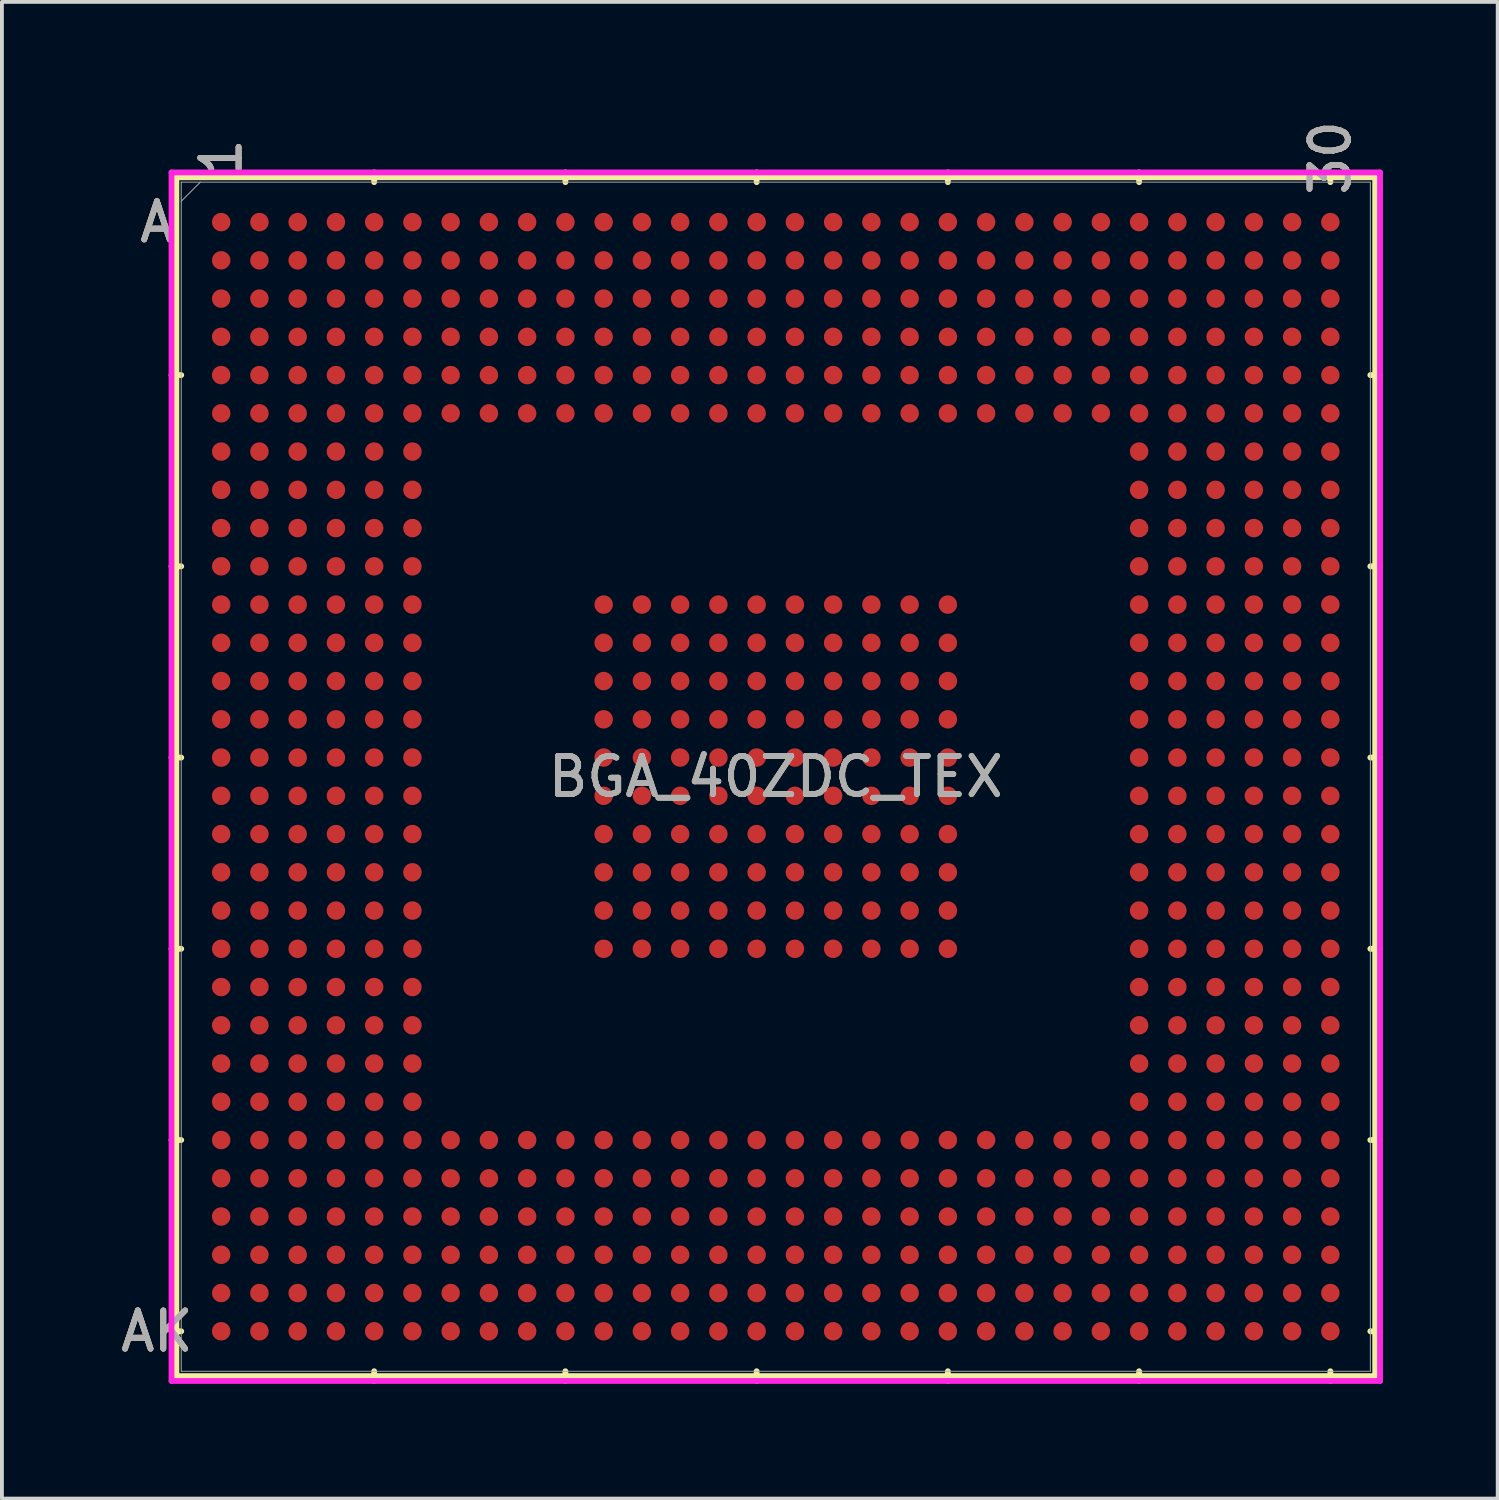
<source format=kicad_pcb>
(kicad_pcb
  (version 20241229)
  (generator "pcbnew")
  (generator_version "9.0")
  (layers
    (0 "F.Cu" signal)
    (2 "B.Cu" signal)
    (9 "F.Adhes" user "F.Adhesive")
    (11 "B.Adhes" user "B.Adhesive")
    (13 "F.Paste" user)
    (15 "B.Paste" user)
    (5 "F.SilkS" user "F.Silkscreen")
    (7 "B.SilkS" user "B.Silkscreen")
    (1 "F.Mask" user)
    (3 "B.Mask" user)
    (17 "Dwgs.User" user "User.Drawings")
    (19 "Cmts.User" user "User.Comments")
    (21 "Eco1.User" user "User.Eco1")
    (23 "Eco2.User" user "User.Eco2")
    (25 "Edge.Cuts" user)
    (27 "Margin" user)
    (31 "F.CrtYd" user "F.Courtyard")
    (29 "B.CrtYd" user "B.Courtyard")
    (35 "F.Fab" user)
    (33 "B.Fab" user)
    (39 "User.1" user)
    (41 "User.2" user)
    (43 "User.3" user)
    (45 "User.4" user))
  (footprint "BGA_40ZDC_TEX"
    (layer "F.Cu")
    (at 17.233 17.257)
    (property "Reference" "BGA_40ZDC_TEX" (at 0 0 0) (unlocked yes) (layer "F.SilkS") (effects (font (size 1 1) (thickness 0.15))))
    (attr smd)
    (fp_line (start -15.672 -15.672) (end -15.672 15.672) (stroke (width 0.152) (type solid)) (layer "F.SilkS"))
    (fp_line (start -15.672 15.672) (end 15.672 15.672) (stroke (width 0.152) (type solid)) (layer "F.SilkS"))
    (fp_line (start -15.545 -10.5) (end -15.799 -10.5) (stroke (width 0.152) (type solid)) (layer "F.SilkS"))
    (fp_line (start -15.545 -5.5) (end -15.799 -5.5) (stroke (width 0.152) (type solid)) (layer "F.SilkS"))
    (fp_line (start -15.545 -0.5) (end -15.799 -0.5) (stroke (width 0.152) (type solid)) (layer "F.SilkS"))
    (fp_line (start -15.545 4.5) (end -15.799 4.5) (stroke (width 0.152) (type solid)) (layer "F.SilkS"))
    (fp_line (start -15.545 9.5) (end -15.799 9.5) (stroke (width 0.152) (type solid)) (layer "F.SilkS"))
    (fp_line (start -15.545 14.5) (end -15.799 14.5) (stroke (width 0.152) (type solid)) (layer "F.SilkS"))
    (fp_line (start -10.5 -15.545) (end -10.5 -15.799) (stroke (width 0.152) (type solid)) (layer "F.SilkS"))
    (fp_line (start -10.5 15.545) (end -10.5 15.799) (stroke (width 0.152) (type solid)) (layer "F.SilkS"))
    (fp_line (start -5.5 -15.545) (end -5.5 -15.799) (stroke (width 0.152) (type solid)) (layer "F.SilkS"))
    (fp_line (start -5.5 15.545) (end -5.5 15.799) (stroke (width 0.152) (type solid)) (layer "F.SilkS"))
    (fp_line (start -0.5 -15.545) (end -0.5 -15.799) (stroke (width 0.152) (type solid)) (layer "F.SilkS"))
    (fp_line (start -0.5 15.545) (end -0.5 15.799) (stroke (width 0.152) (type solid)) (layer "F.SilkS"))
    (fp_line (start 4.5 -15.545) (end 4.5 -15.799) (stroke (width 0.152) (type solid)) (layer "F.SilkS"))
    (fp_line (start 4.5 15.545) (end 4.5 15.799) (stroke (width 0.152) (type solid)) (layer "F.SilkS"))
    (fp_line (start 9.5 -15.545) (end 9.5 -15.799) (stroke (width 0.152) (type solid)) (layer "F.SilkS"))
    (fp_line (start 9.5 15.545) (end 9.5 15.799) (stroke (width 0.152) (type solid)) (layer "F.SilkS"))
    (fp_line (start 14.5 -15.545) (end 14.5 -15.799) (stroke (width 0.152) (type solid)) (layer "F.SilkS"))
    (fp_line (start 14.5 15.545) (end 14.5 15.799) (stroke (width 0.152) (type solid)) (layer "F.SilkS"))
    (fp_line (start 15.545 -10.5) (end 15.799 -10.5) (stroke (width 0.152) (type solid)) (layer "F.SilkS"))
    (fp_line (start 15.545 -5.5) (end 15.799 -5.5) (stroke (width 0.152) (type solid)) (layer "F.SilkS"))
    (fp_line (start 15.545 -0.5) (end 15.799 -0.5) (stroke (width 0.152) (type solid)) (layer "F.SilkS"))
    (fp_line (start 15.545 4.5) (end 15.799 4.5) (stroke (width 0.152) (type solid)) (layer "F.SilkS"))
    (fp_line (start 15.545 9.5) (end 15.799 9.5) (stroke (width 0.152) (type solid)) (layer "F.SilkS"))
    (fp_line (start 15.545 14.5) (end 15.799 14.5) (stroke (width 0.152) (type solid)) (layer "F.SilkS"))
    (fp_line (start 15.672 -15.672) (end -15.672 -15.672) (stroke (width 0.152) (type solid)) (layer "F.SilkS"))
    (fp_line (start 15.672 15.672) (end 15.672 -15.672) (stroke (width 0.152) (type solid)) (layer "F.SilkS"))
    (fp_poly (pts (xy -15.508 -15.508) (xy 15.508 -15.508) (xy 15.508 15.508) (xy -15.508 15.508)) (stroke (width 0.1) (type solid)) (fill no) (layer "Eco2.User"))
    (fp_line (start -15.799 -15.799) (end 15.799 -15.799) (stroke (width 0.152) (type solid)) (layer "F.CrtYd"))
    (fp_line (start -15.799 15.799) (end -15.799 -15.799) (stroke (width 0.152) (type solid)) (layer "F.CrtYd"))
    (fp_line (start 15.799 -15.799) (end 15.799 15.799) (stroke (width 0.152) (type solid)) (layer "F.CrtYd"))
    (fp_line (start 15.799 15.799) (end -15.799 15.799) (stroke (width 0.152) (type solid)) (layer "F.CrtYd"))
    (fp_line (start -15.545 -15.545) (end -15.545 15.545) (stroke (width 0.025) (type solid)) (layer "F.Fab"))
    (fp_line (start -15.545 15.545) (end 15.545 15.545) (stroke (width 0.025) (type solid)) (layer "F.Fab"))
    (fp_line (start -15.045 -15.545) (end -15.545 -15.045) (stroke (width 0.025) (type solid)) (layer "F.Fab"))
    (fp_line (start 15.545 -15.545) (end -15.545 -15.545) (stroke (width 0.025) (type solid)) (layer "F.Fab"))
    (fp_line (start 15.545 15.545) (end 15.545 -15.545) (stroke (width 0.025) (type solid)) (layer "F.Fab"))
    (fp_text user "A" (at -16.18 -14.5 0) (unlocked yes) (layer "F.SilkS") (effects (font (size 1 1) (thickness 0.15))))
    (fp_text user "AK" (at -16.18 14.5 0) (unlocked yes) (layer "F.SilkS") (effects (font (size 1 1) (thickness 0.15))))
    (fp_text user "30" (at 14.5 -16.18 90) (unlocked yes) (layer "F.SilkS") (effects (font (size 1 1) (thickness 0.15))))
    (fp_text user "1" (at -14.5 -16.18 90) (unlocked yes) (layer "F.SilkS") (effects (font (size 1 1) (thickness 0.15))))
    (fp_text user "AK" (at -16.18 14.5 0) (unlocked yes) (layer "B.SilkS") (effects (font (size 1 1) (thickness 0.15))))
    (fp_text user "A" (at -16.18 -14.5 0) (unlocked yes) (layer "B.SilkS") (effects (font (size 1 1) (thickness 0.15))))
    (fp_text user "1" (at -14.5 -16.18 90) (unlocked yes) (layer "B.SilkS") (effects (font (size 1 1) (thickness 0.15))))
    (fp_text user "30" (at 14.5 -16.18 90) (unlocked yes) (layer "B.SilkS") (effects (font (size 1 1) (thickness 0.15))))
    (fp_text user "1" (at -14.5 -16.18 90) (unlocked yes) (layer "F.Fab") (effects (font (size 1 1) (thickness 0.15))))
    (fp_text user "30" (at 14.5 -16.18 90) (unlocked yes) (layer "F.Fab") (effects (font (size 1 1) (thickness 0.15))))
    (fp_text user "${REFERENCE}" (at 0 0 0) (unlocked yes) (layer "F.Fab") (effects (font (size 1 1) (thickness 0.15))))
    (fp_text user "AK" (at -16.18 14.5 0) (unlocked yes) (layer "F.Fab") (effects (font (size 1 1) (thickness 0.15))))
    (fp_text user "A" (at -16.18 -14.5 0) (unlocked yes) (layer "F.Fab") (effects (font (size 1 1) (thickness 0.15))))
    (pad "A1" smd circle (at -14.5 -14.5) (size 0.483 0.483) (layers "F.Cu" "F.Mask" "F.Paste"))
    (pad "A2" smd circle (at -13.5 -14.5) (size 0.483 0.483) (layers "F.Cu" "F.Mask" "F.Paste"))
    (pad "A3" smd circle (at -12.5 -14.5) (size 0.483 0.483) (layers "F.Cu" "F.Mask" "F.Paste"))
    (pad "A4" smd circle (at -11.5 -14.5) (size 0.483 0.483) (layers "F.Cu" "F.Mask" "F.Paste"))
    (pad "A5" smd circle (at -10.5 -14.5) (size 0.483 0.483) (layers "F.Cu" "F.Mask" "F.Paste"))
    (pad "A6" smd circle (at -9.5 -14.5) (size 0.483 0.483) (layers "F.Cu" "F.Mask" "F.Paste"))
    (pad "A7" smd circle (at -8.5 -14.5) (size 0.483 0.483) (layers "F.Cu" "F.Mask" "F.Paste"))
    (pad "A8" smd circle (at -7.5 -14.5) (size 0.483 0.483) (layers "F.Cu" "F.Mask" "F.Paste"))
    (pad "A9" smd circle (at -6.5 -14.5) (size 0.483 0.483) (layers "F.Cu" "F.Mask" "F.Paste"))
    (pad "A10" smd circle (at -5.5 -14.5) (size 0.483 0.483) (layers "F.Cu" "F.Mask" "F.Paste"))
    (pad "A11" smd circle (at -4.5 -14.5) (size 0.483 0.483) (layers "F.Cu" "F.Mask" "F.Paste"))
    (pad "A12" smd circle (at -3.5 -14.5) (size 0.483 0.483) (layers "F.Cu" "F.Mask" "F.Paste"))
    (pad "A13" smd circle (at -2.5 -14.5) (size 0.483 0.483) (layers "F.Cu" "F.Mask" "F.Paste"))
    (pad "A14" smd circle (at -1.5 -14.5) (size 0.483 0.483) (layers "F.Cu" "F.Mask" "F.Paste"))
    (pad "A15" smd circle (at -0.5 -14.5) (size 0.483 0.483) (layers "F.Cu" "F.Mask" "F.Paste"))
    (pad "A16" smd circle (at 0.5 -14.5) (size 0.483 0.483) (layers "F.Cu" "F.Mask" "F.Paste"))
    (pad "A17" smd circle (at 1.5 -14.5) (size 0.483 0.483) (layers "F.Cu" "F.Mask" "F.Paste"))
    (pad "A18" smd circle (at 2.5 -14.5) (size 0.483 0.483) (layers "F.Cu" "F.Mask" "F.Paste"))
    (pad "A19" smd circle (at 3.5 -14.5) (size 0.483 0.483) (layers "F.Cu" "F.Mask" "F.Paste"))
    (pad "A20" smd circle (at 4.5 -14.5) (size 0.483 0.483) (layers "F.Cu" "F.Mask" "F.Paste"))
    (pad "A21" smd circle (at 5.5 -14.5) (size 0.483 0.483) (layers "F.Cu" "F.Mask" "F.Paste"))
    (pad "A22" smd circle (at 6.5 -14.5) (size 0.483 0.483) (layers "F.Cu" "F.Mask" "F.Paste"))
    (pad "A23" smd circle (at 7.5 -14.5) (size 0.483 0.483) (layers "F.Cu" "F.Mask" "F.Paste"))
    (pad "A24" smd circle (at 8.5 -14.5) (size 0.483 0.483) (layers "F.Cu" "F.Mask" "F.Paste"))
    (pad "A25" smd circle (at 9.5 -14.5) (size 0.483 0.483) (layers "F.Cu" "F.Mask" "F.Paste"))
    (pad "A26" smd circle (at 10.5 -14.5) (size 0.483 0.483) (layers "F.Cu" "F.Mask" "F.Paste"))
    (pad "A27" smd circle (at 11.5 -14.5) (size 0.483 0.483) (layers "F.Cu" "F.Mask" "F.Paste"))
    (pad "A28" smd circle (at 12.5 -14.5) (size 0.483 0.483) (layers "F.Cu" "F.Mask" "F.Paste"))
    (pad "A29" smd circle (at 13.5 -14.5) (size 0.483 0.483) (layers "F.Cu" "F.Mask" "F.Paste"))
    (pad "A30" smd circle (at 14.5 -14.5) (size 0.483 0.483) (layers "F.Cu" "F.Mask" "F.Paste"))
    (pad "AA1" smd circle (at -14.5 5.5) (size 0.483 0.483) (layers "F.Cu" "F.Mask" "F.Paste"))
    (pad "AA2" smd circle (at -13.5 5.5) (size 0.483 0.483) (layers "F.Cu" "F.Mask" "F.Paste"))
    (pad "AA3" smd circle (at -12.5 5.5) (size 0.483 0.483) (layers "F.Cu" "F.Mask" "F.Paste"))
    (pad "AA4" smd circle (at -11.5 5.5) (size 0.483 0.483) (layers "F.Cu" "F.Mask" "F.Paste"))
    (pad "AA5" smd circle (at -10.5 5.5) (size 0.483 0.483) (layers "F.Cu" "F.Mask" "F.Paste"))
    (pad "AA6" smd circle (at -9.5 5.5) (size 0.483 0.483) (layers "F.Cu" "F.Mask" "F.Paste"))
    (pad "AA25" smd circle (at 9.5 5.5) (size 0.483 0.483) (layers "F.Cu" "F.Mask" "F.Paste"))
    (pad "AA26" smd circle (at 10.5 5.5) (size 0.483 0.483) (layers "F.Cu" "F.Mask" "F.Paste"))
    (pad "AA27" smd circle (at 11.5 5.5) (size 0.483 0.483) (layers "F.Cu" "F.Mask" "F.Paste"))
    (pad "AA28" smd circle (at 12.5 5.5) (size 0.483 0.483) (layers "F.Cu" "F.Mask" "F.Paste"))
    (pad "AA29" smd circle (at 13.5 5.5) (size 0.483 0.483) (layers "F.Cu" "F.Mask" "F.Paste"))
    (pad "AA30" smd circle (at 14.5 5.5) (size 0.483 0.483) (layers "F.Cu" "F.Mask" "F.Paste"))
    (pad "AB1" smd circle (at -14.5 6.5) (size 0.483 0.483) (layers "F.Cu" "F.Mask" "F.Paste"))
    (pad "AB2" smd circle (at -13.5 6.5) (size 0.483 0.483) (layers "F.Cu" "F.Mask" "F.Paste"))
    (pad "AB3" smd circle (at -12.5 6.5) (size 0.483 0.483) (layers "F.Cu" "F.Mask" "F.Paste"))
    (pad "AB4" smd circle (at -11.5 6.5) (size 0.483 0.483) (layers "F.Cu" "F.Mask" "F.Paste"))
    (pad "AB5" smd circle (at -10.5 6.5) (size 0.483 0.483) (layers "F.Cu" "F.Mask" "F.Paste"))
    (pad "AB6" smd circle (at -9.5 6.5) (size 0.483 0.483) (layers "F.Cu" "F.Mask" "F.Paste"))
    (pad "AB25" smd circle (at 9.5 6.5) (size 0.483 0.483) (layers "F.Cu" "F.Mask" "F.Paste"))
    (pad "AB26" smd circle (at 10.5 6.5) (size 0.483 0.483) (layers "F.Cu" "F.Mask" "F.Paste"))
    (pad "AB27" smd circle (at 11.5 6.5) (size 0.483 0.483) (layers "F.Cu" "F.Mask" "F.Paste"))
    (pad "AB28" smd circle (at 12.5 6.5) (size 0.483 0.483) (layers "F.Cu" "F.Mask" "F.Paste"))
    (pad "AB29" smd circle (at 13.5 6.5) (size 0.483 0.483) (layers "F.Cu" "F.Mask" "F.Paste"))
    (pad "AB30" smd circle (at 14.5 6.5) (size 0.483 0.483) (layers "F.Cu" "F.Mask" "F.Paste"))
    (pad "AC1" smd circle (at -14.5 7.5) (size 0.483 0.483) (layers "F.Cu" "F.Mask" "F.Paste"))
    (pad "AC2" smd circle (at -13.5 7.5) (size 0.483 0.483) (layers "F.Cu" "F.Mask" "F.Paste"))
    (pad "AC3" smd circle (at -12.5 7.5) (size 0.483 0.483) (layers "F.Cu" "F.Mask" "F.Paste"))
    (pad "AC4" smd circle (at -11.5 7.5) (size 0.483 0.483) (layers "F.Cu" "F.Mask" "F.Paste"))
    (pad "AC5" smd circle (at -10.5 7.5) (size 0.483 0.483) (layers "F.Cu" "F.Mask" "F.Paste"))
    (pad "AC6" smd circle (at -9.5 7.5) (size 0.483 0.483) (layers "F.Cu" "F.Mask" "F.Paste"))
    (pad "AC25" smd circle (at 9.5 7.5) (size 0.483 0.483) (layers "F.Cu" "F.Mask" "F.Paste"))
    (pad "AC26" smd circle (at 10.5 7.5) (size 0.483 0.483) (layers "F.Cu" "F.Mask" "F.Paste"))
    (pad "AC27" smd circle (at 11.5 7.5) (size 0.483 0.483) (layers "F.Cu" "F.Mask" "F.Paste"))
    (pad "AC28" smd circle (at 12.5 7.5) (size 0.483 0.483) (layers "F.Cu" "F.Mask" "F.Paste"))
    (pad "AC29" smd circle (at 13.5 7.5) (size 0.483 0.483) (layers "F.Cu" "F.Mask" "F.Paste"))
    (pad "AC30" smd circle (at 14.5 7.5) (size 0.483 0.483) (layers "F.Cu" "F.Mask" "F.Paste"))
    (pad "AD1" smd circle (at -14.5 8.5) (size 0.483 0.483) (layers "F.Cu" "F.Mask" "F.Paste"))
    (pad "AD2" smd circle (at -13.5 8.5) (size 0.483 0.483) (layers "F.Cu" "F.Mask" "F.Paste"))
    (pad "AD3" smd circle (at -12.5 8.5) (size 0.483 0.483) (layers "F.Cu" "F.Mask" "F.Paste"))
    (pad "AD4" smd circle (at -11.5 8.5) (size 0.483 0.483) (layers "F.Cu" "F.Mask" "F.Paste"))
    (pad "AD5" smd circle (at -10.5 8.5) (size 0.483 0.483) (layers "F.Cu" "F.Mask" "F.Paste"))
    (pad "AD6" smd circle (at -9.5 8.5) (size 0.483 0.483) (layers "F.Cu" "F.Mask" "F.Paste"))
    (pad "AD25" smd circle (at 9.5 8.5) (size 0.483 0.483) (layers "F.Cu" "F.Mask" "F.Paste"))
    (pad "AD26" smd circle (at 10.5 8.5) (size 0.483 0.483) (layers "F.Cu" "F.Mask" "F.Paste"))
    (pad "AD27" smd circle (at 11.5 8.5) (size 0.483 0.483) (layers "F.Cu" "F.Mask" "F.Paste"))
    (pad "AD28" smd circle (at 12.5 8.5) (size 0.483 0.483) (layers "F.Cu" "F.Mask" "F.Paste"))
    (pad "AD29" smd circle (at 13.5 8.5) (size 0.483 0.483) (layers "F.Cu" "F.Mask" "F.Paste"))
    (pad "AD30" smd circle (at 14.5 8.5) (size 0.483 0.483) (layers "F.Cu" "F.Mask" "F.Paste"))
    (pad "AE1" smd circle (at -14.5 9.5) (size 0.483 0.483) (layers "F.Cu" "F.Mask" "F.Paste"))
    (pad "AE2" smd circle (at -13.5 9.5) (size 0.483 0.483) (layers "F.Cu" "F.Mask" "F.Paste"))
    (pad "AE3" smd circle (at -12.5 9.5) (size 0.483 0.483) (layers "F.Cu" "F.Mask" "F.Paste"))
    (pad "AE4" smd circle (at -11.5 9.5) (size 0.483 0.483) (layers "F.Cu" "F.Mask" "F.Paste"))
    (pad "AE5" smd circle (at -10.5 9.5) (size 0.483 0.483) (layers "F.Cu" "F.Mask" "F.Paste"))
    (pad "AE6" smd circle (at -9.5 9.5) (size 0.483 0.483) (layers "F.Cu" "F.Mask" "F.Paste"))
    (pad "AE7" smd circle (at -8.5 9.5) (size 0.483 0.483) (layers "F.Cu" "F.Mask" "F.Paste"))
    (pad "AE8" smd circle (at -7.5 9.5) (size 0.483 0.483) (layers "F.Cu" "F.Mask" "F.Paste"))
    (pad "AE9" smd circle (at -6.5 9.5) (size 0.483 0.483) (layers "F.Cu" "F.Mask" "F.Paste"))
    (pad "AE10" smd circle (at -5.5 9.5) (size 0.483 0.483) (layers "F.Cu" "F.Mask" "F.Paste"))
    (pad "AE11" smd circle (at -4.5 9.5) (size 0.483 0.483) (layers "F.Cu" "F.Mask" "F.Paste"))
    (pad "AE12" smd circle (at -3.5 9.5) (size 0.483 0.483) (layers "F.Cu" "F.Mask" "F.Paste"))
    (pad "AE13" smd circle (at -2.5 9.5) (size 0.483 0.483) (layers "F.Cu" "F.Mask" "F.Paste"))
    (pad "AE14" smd circle (at -1.5 9.5) (size 0.483 0.483) (layers "F.Cu" "F.Mask" "F.Paste"))
    (pad "AE15" smd circle (at -0.5 9.5) (size 0.483 0.483) (layers "F.Cu" "F.Mask" "F.Paste"))
    (pad "AE16" smd circle (at 0.5 9.5) (size 0.483 0.483) (layers "F.Cu" "F.Mask" "F.Paste"))
    (pad "AE17" smd circle (at 1.5 9.5) (size 0.483 0.483) (layers "F.Cu" "F.Mask" "F.Paste"))
    (pad "AE18" smd circle (at 2.5 9.5) (size 0.483 0.483) (layers "F.Cu" "F.Mask" "F.Paste"))
    (pad "AE19" smd circle (at 3.5 9.5) (size 0.483 0.483) (layers "F.Cu" "F.Mask" "F.Paste"))
    (pad "AE20" smd circle (at 4.5 9.5) (size 0.483 0.483) (layers "F.Cu" "F.Mask" "F.Paste"))
    (pad "AE21" smd circle (at 5.5 9.5) (size 0.483 0.483) (layers "F.Cu" "F.Mask" "F.Paste"))
    (pad "AE22" smd circle (at 6.5 9.5) (size 0.483 0.483) (layers "F.Cu" "F.Mask" "F.Paste"))
    (pad "AE23" smd circle (at 7.5 9.5) (size 0.483 0.483) (layers "F.Cu" "F.Mask" "F.Paste"))
    (pad "AE24" smd circle (at 8.5 9.5) (size 0.483 0.483) (layers "F.Cu" "F.Mask" "F.Paste"))
    (pad "AE25" smd circle (at 9.5 9.5) (size 0.483 0.483) (layers "F.Cu" "F.Mask" "F.Paste"))
    (pad "AE26" smd circle (at 10.5 9.5) (size 0.483 0.483) (layers "F.Cu" "F.Mask" "F.Paste"))
    (pad "AE27" smd circle (at 11.5 9.5) (size 0.483 0.483) (layers "F.Cu" "F.Mask" "F.Paste"))
    (pad "AE28" smd circle (at 12.5 9.5) (size 0.483 0.483) (layers "F.Cu" "F.Mask" "F.Paste"))
    (pad "AE29" smd circle (at 13.5 9.5) (size 0.483 0.483) (layers "F.Cu" "F.Mask" "F.Paste"))
    (pad "AE30" smd circle (at 14.5 9.5) (size 0.483 0.483) (layers "F.Cu" "F.Mask" "F.Paste"))
    (pad "AF1" smd circle (at -14.5 10.5) (size 0.483 0.483) (layers "F.Cu" "F.Mask" "F.Paste"))
    (pad "AF2" smd circle (at -13.5 10.5) (size 0.483 0.483) (layers "F.Cu" "F.Mask" "F.Paste"))
    (pad "AF3" smd circle (at -12.5 10.5) (size 0.483 0.483) (layers "F.Cu" "F.Mask" "F.Paste"))
    (pad "AF4" smd circle (at -11.5 10.5) (size 0.483 0.483) (layers "F.Cu" "F.Mask" "F.Paste"))
    (pad "AF5" smd circle (at -10.5 10.5) (size 0.483 0.483) (layers "F.Cu" "F.Mask" "F.Paste"))
    (pad "AF6" smd circle (at -9.5 10.5) (size 0.483 0.483) (layers "F.Cu" "F.Mask" "F.Paste"))
    (pad "AF7" smd circle (at -8.5 10.5) (size 0.483 0.483) (layers "F.Cu" "F.Mask" "F.Paste"))
    (pad "AF8" smd circle (at -7.5 10.5) (size 0.483 0.483) (layers "F.Cu" "F.Mask" "F.Paste"))
    (pad "AF9" smd circle (at -6.5 10.5) (size 0.483 0.483) (layers "F.Cu" "F.Mask" "F.Paste"))
    (pad "AF10" smd circle (at -5.5 10.5) (size 0.483 0.483) (layers "F.Cu" "F.Mask" "F.Paste"))
    (pad "AF11" smd circle (at -4.5 10.5) (size 0.483 0.483) (layers "F.Cu" "F.Mask" "F.Paste"))
    (pad "AF12" smd circle (at -3.5 10.5) (size 0.483 0.483) (layers "F.Cu" "F.Mask" "F.Paste"))
    (pad "AF13" smd circle (at -2.5 10.5) (size 0.483 0.483) (layers "F.Cu" "F.Mask" "F.Paste"))
    (pad "AF14" smd circle (at -1.5 10.5) (size 0.483 0.483) (layers "F.Cu" "F.Mask" "F.Paste"))
    (pad "AF15" smd circle (at -0.5 10.5) (size 0.483 0.483) (layers "F.Cu" "F.Mask" "F.Paste"))
    (pad "AF16" smd circle (at 0.5 10.5) (size 0.483 0.483) (layers "F.Cu" "F.Mask" "F.Paste"))
    (pad "AF17" smd circle (at 1.5 10.5) (size 0.483 0.483) (layers "F.Cu" "F.Mask" "F.Paste"))
    (pad "AF18" smd circle (at 2.5 10.5) (size 0.483 0.483) (layers "F.Cu" "F.Mask" "F.Paste"))
    (pad "AF19" smd circle (at 3.5 10.5) (size 0.483 0.483) (layers "F.Cu" "F.Mask" "F.Paste"))
    (pad "AF20" smd circle (at 4.5 10.5) (size 0.483 0.483) (layers "F.Cu" "F.Mask" "F.Paste"))
    (pad "AF21" smd circle (at 5.5 10.5) (size 0.483 0.483) (layers "F.Cu" "F.Mask" "F.Paste"))
    (pad "AF22" smd circle (at 6.5 10.5) (size 0.483 0.483) (layers "F.Cu" "F.Mask" "F.Paste"))
    (pad "AF23" smd circle (at 7.5 10.5) (size 0.483 0.483) (layers "F.Cu" "F.Mask" "F.Paste"))
    (pad "AF24" smd circle (at 8.5 10.5) (size 0.483 0.483) (layers "F.Cu" "F.Mask" "F.Paste"))
    (pad "AF25" smd circle (at 9.5 10.5) (size 0.483 0.483) (layers "F.Cu" "F.Mask" "F.Paste"))
    (pad "AF26" smd circle (at 10.5 10.5) (size 0.483 0.483) (layers "F.Cu" "F.Mask" "F.Paste"))
    (pad "AF27" smd circle (at 11.5 10.5) (size 0.483 0.483) (layers "F.Cu" "F.Mask" "F.Paste"))
    (pad "AF28" smd circle (at 12.5 10.5) (size 0.483 0.483) (layers "F.Cu" "F.Mask" "F.Paste"))
    (pad "AF29" smd circle (at 13.5 10.5) (size 0.483 0.483) (layers "F.Cu" "F.Mask" "F.Paste"))
    (pad "AF30" smd circle (at 14.5 10.5) (size 0.483 0.483) (layers "F.Cu" "F.Mask" "F.Paste"))
    (pad "AG1" smd circle (at -14.5 11.5) (size 0.483 0.483) (layers "F.Cu" "F.Mask" "F.Paste"))
    (pad "AG2" smd circle (at -13.5 11.5) (size 0.483 0.483) (layers "F.Cu" "F.Mask" "F.Paste"))
    (pad "AG3" smd circle (at -12.5 11.5) (size 0.483 0.483) (layers "F.Cu" "F.Mask" "F.Paste"))
    (pad "AG4" smd circle (at -11.5 11.5) (size 0.483 0.483) (layers "F.Cu" "F.Mask" "F.Paste"))
    (pad "AG5" smd circle (at -10.5 11.5) (size 0.483 0.483) (layers "F.Cu" "F.Mask" "F.Paste"))
    (pad "AG6" smd circle (at -9.5 11.5) (size 0.483 0.483) (layers "F.Cu" "F.Mask" "F.Paste"))
    (pad "AG7" smd circle (at -8.5 11.5) (size 0.483 0.483) (layers "F.Cu" "F.Mask" "F.Paste"))
    (pad "AG8" smd circle (at -7.5 11.5) (size 0.483 0.483) (layers "F.Cu" "F.Mask" "F.Paste"))
    (pad "AG9" smd circle (at -6.5 11.5) (size 0.483 0.483) (layers "F.Cu" "F.Mask" "F.Paste"))
    (pad "AG10" smd circle (at -5.5 11.5) (size 0.483 0.483) (layers "F.Cu" "F.Mask" "F.Paste"))
    (pad "AG11" smd circle (at -4.5 11.5) (size 0.483 0.483) (layers "F.Cu" "F.Mask" "F.Paste"))
    (pad "AG12" smd circle (at -3.5 11.5) (size 0.483 0.483) (layers "F.Cu" "F.Mask" "F.Paste"))
    (pad "AG13" smd circle (at -2.5 11.5) (size 0.483 0.483) (layers "F.Cu" "F.Mask" "F.Paste"))
    (pad "AG14" smd circle (at -1.5 11.5) (size 0.483 0.483) (layers "F.Cu" "F.Mask" "F.Paste"))
    (pad "AG15" smd circle (at -0.5 11.5) (size 0.483 0.483) (layers "F.Cu" "F.Mask" "F.Paste"))
    (pad "AG16" smd circle (at 0.5 11.5) (size 0.483 0.483) (layers "F.Cu" "F.Mask" "F.Paste"))
    (pad "AG17" smd circle (at 1.5 11.5) (size 0.483 0.483) (layers "F.Cu" "F.Mask" "F.Paste"))
    (pad "AG18" smd circle (at 2.5 11.5) (size 0.483 0.483) (layers "F.Cu" "F.Mask" "F.Paste"))
    (pad "AG19" smd circle (at 3.5 11.5) (size 0.483 0.483) (layers "F.Cu" "F.Mask" "F.Paste"))
    (pad "AG20" smd circle (at 4.5 11.5) (size 0.483 0.483) (layers "F.Cu" "F.Mask" "F.Paste"))
    (pad "AG21" smd circle (at 5.5 11.5) (size 0.483 0.483) (layers "F.Cu" "F.Mask" "F.Paste"))
    (pad "AG22" smd circle (at 6.5 11.5) (size 0.483 0.483) (layers "F.Cu" "F.Mask" "F.Paste"))
    (pad "AG23" smd circle (at 7.5 11.5) (size 0.483 0.483) (layers "F.Cu" "F.Mask" "F.Paste"))
    (pad "AG24" smd circle (at 8.5 11.5) (size 0.483 0.483) (layers "F.Cu" "F.Mask" "F.Paste"))
    (pad "AG25" smd circle (at 9.5 11.5) (size 0.483 0.483) (layers "F.Cu" "F.Mask" "F.Paste"))
    (pad "AG26" smd circle (at 10.5 11.5) (size 0.483 0.483) (layers "F.Cu" "F.Mask" "F.Paste"))
    (pad "AG27" smd circle (at 11.5 11.5) (size 0.483 0.483) (layers "F.Cu" "F.Mask" "F.Paste"))
    (pad "AG28" smd circle (at 12.5 11.5) (size 0.483 0.483) (layers "F.Cu" "F.Mask" "F.Paste"))
    (pad "AG29" smd circle (at 13.5 11.5) (size 0.483 0.483) (layers "F.Cu" "F.Mask" "F.Paste"))
    (pad "AG30" smd circle (at 14.5 11.5) (size 0.483 0.483) (layers "F.Cu" "F.Mask" "F.Paste"))
    (pad "AH1" smd circle (at -14.5 12.5) (size 0.483 0.483) (layers "F.Cu" "F.Mask" "F.Paste"))
    (pad "AH2" smd circle (at -13.5 12.5) (size 0.483 0.483) (layers "F.Cu" "F.Mask" "F.Paste"))
    (pad "AH3" smd circle (at -12.5 12.5) (size 0.483 0.483) (layers "F.Cu" "F.Mask" "F.Paste"))
    (pad "AH4" smd circle (at -11.5 12.5) (size 0.483 0.483) (layers "F.Cu" "F.Mask" "F.Paste"))
    (pad "AH5" smd circle (at -10.5 12.5) (size 0.483 0.483) (layers "F.Cu" "F.Mask" "F.Paste"))
    (pad "AH6" smd circle (at -9.5 12.5) (size 0.483 0.483) (layers "F.Cu" "F.Mask" "F.Paste"))
    (pad "AH7" smd circle (at -8.5 12.5) (size 0.483 0.483) (layers "F.Cu" "F.Mask" "F.Paste"))
    (pad "AH8" smd circle (at -7.5 12.5) (size 0.483 0.483) (layers "F.Cu" "F.Mask" "F.Paste"))
    (pad "AH9" smd circle (at -6.5 12.5) (size 0.483 0.483) (layers "F.Cu" "F.Mask" "F.Paste"))
    (pad "AH10" smd circle (at -5.5 12.5) (size 0.483 0.483) (layers "F.Cu" "F.Mask" "F.Paste"))
    (pad "AH11" smd circle (at -4.5 12.5) (size 0.483 0.483) (layers "F.Cu" "F.Mask" "F.Paste"))
    (pad "AH12" smd circle (at -3.5 12.5) (size 0.483 0.483) (layers "F.Cu" "F.Mask" "F.Paste"))
    (pad "AH13" smd circle (at -2.5 12.5) (size 0.483 0.483) (layers "F.Cu" "F.Mask" "F.Paste"))
    (pad "AH14" smd circle (at -1.5 12.5) (size 0.483 0.483) (layers "F.Cu" "F.Mask" "F.Paste"))
    (pad "AH15" smd circle (at -0.5 12.5) (size 0.483 0.483) (layers "F.Cu" "F.Mask" "F.Paste"))
    (pad "AH16" smd circle (at 0.5 12.5) (size 0.483 0.483) (layers "F.Cu" "F.Mask" "F.Paste"))
    (pad "AH17" smd circle (at 1.5 12.5) (size 0.483 0.483) (layers "F.Cu" "F.Mask" "F.Paste"))
    (pad "AH18" smd circle (at 2.5 12.5) (size 0.483 0.483) (layers "F.Cu" "F.Mask" "F.Paste"))
    (pad "AH19" smd circle (at 3.5 12.5) (size 0.483 0.483) (layers "F.Cu" "F.Mask" "F.Paste"))
    (pad "AH20" smd circle (at 4.5 12.5) (size 0.483 0.483) (layers "F.Cu" "F.Mask" "F.Paste"))
    (pad "AH21" smd circle (at 5.5 12.5) (size 0.483 0.483) (layers "F.Cu" "F.Mask" "F.Paste"))
    (pad "AH22" smd circle (at 6.5 12.5) (size 0.483 0.483) (layers "F.Cu" "F.Mask" "F.Paste"))
    (pad "AH23" smd circle (at 7.5 12.5) (size 0.483 0.483) (layers "F.Cu" "F.Mask" "F.Paste"))
    (pad "AH24" smd circle (at 8.5 12.5) (size 0.483 0.483) (layers "F.Cu" "F.Mask" "F.Paste"))
    (pad "AH25" smd circle (at 9.5 12.5) (size 0.483 0.483) (layers "F.Cu" "F.Mask" "F.Paste"))
    (pad "AH26" smd circle (at 10.5 12.5) (size 0.483 0.483) (layers "F.Cu" "F.Mask" "F.Paste"))
    (pad "AH27" smd circle (at 11.5 12.5) (size 0.483 0.483) (layers "F.Cu" "F.Mask" "F.Paste"))
    (pad "AH28" smd circle (at 12.5 12.5) (size 0.483 0.483) (layers "F.Cu" "F.Mask" "F.Paste"))
    (pad "AH29" smd circle (at 13.5 12.5) (size 0.483 0.483) (layers "F.Cu" "F.Mask" "F.Paste"))
    (pad "AH30" smd circle (at 14.5 12.5) (size 0.483 0.483) (layers "F.Cu" "F.Mask" "F.Paste"))
    (pad "AJ1" smd circle (at -14.5 13.5) (size 0.483 0.483) (layers "F.Cu" "F.Mask" "F.Paste"))
    (pad "AJ2" smd circle (at -13.5 13.5) (size 0.483 0.483) (layers "F.Cu" "F.Mask" "F.Paste"))
    (pad "AJ3" smd circle (at -12.5 13.5) (size 0.483 0.483) (layers "F.Cu" "F.Mask" "F.Paste"))
    (pad "AJ4" smd circle (at -11.5 13.5) (size 0.483 0.483) (layers "F.Cu" "F.Mask" "F.Paste"))
    (pad "AJ5" smd circle (at -10.5 13.5) (size 0.483 0.483) (layers "F.Cu" "F.Mask" "F.Paste"))
    (pad "AJ6" smd circle (at -9.5 13.5) (size 0.483 0.483) (layers "F.Cu" "F.Mask" "F.Paste"))
    (pad "AJ7" smd circle (at -8.5 13.5) (size 0.483 0.483) (layers "F.Cu" "F.Mask" "F.Paste"))
    (pad "AJ8" smd circle (at -7.5 13.5) (size 0.483 0.483) (layers "F.Cu" "F.Mask" "F.Paste"))
    (pad "AJ9" smd circle (at -6.5 13.5) (size 0.483 0.483) (layers "F.Cu" "F.Mask" "F.Paste"))
    (pad "AJ10" smd circle (at -5.5 13.5) (size 0.483 0.483) (layers "F.Cu" "F.Mask" "F.Paste"))
    (pad "AJ11" smd circle (at -4.5 13.5) (size 0.483 0.483) (layers "F.Cu" "F.Mask" "F.Paste"))
    (pad "AJ12" smd circle (at -3.5 13.5) (size 0.483 0.483) (layers "F.Cu" "F.Mask" "F.Paste"))
    (pad "AJ13" smd circle (at -2.5 13.5) (size 0.483 0.483) (layers "F.Cu" "F.Mask" "F.Paste"))
    (pad "AJ14" smd circle (at -1.5 13.5) (size 0.483 0.483) (layers "F.Cu" "F.Mask" "F.Paste"))
    (pad "AJ15" smd circle (at -0.5 13.5) (size 0.483 0.483) (layers "F.Cu" "F.Mask" "F.Paste"))
    (pad "AJ16" smd circle (at 0.5 13.5) (size 0.483 0.483) (layers "F.Cu" "F.Mask" "F.Paste"))
    (pad "AJ17" smd circle (at 1.5 13.5) (size 0.483 0.483) (layers "F.Cu" "F.Mask" "F.Paste"))
    (pad "AJ18" smd circle (at 2.5 13.5) (size 0.483 0.483) (layers "F.Cu" "F.Mask" "F.Paste"))
    (pad "AJ19" smd circle (at 3.5 13.5) (size 0.483 0.483) (layers "F.Cu" "F.Mask" "F.Paste"))
    (pad "AJ20" smd circle (at 4.5 13.5) (size 0.483 0.483) (layers "F.Cu" "F.Mask" "F.Paste"))
    (pad "AJ21" smd circle (at 5.5 13.5) (size 0.483 0.483) (layers "F.Cu" "F.Mask" "F.Paste"))
    (pad "AJ22" smd circle (at 6.5 13.5) (size 0.483 0.483) (layers "F.Cu" "F.Mask" "F.Paste"))
    (pad "AJ23" smd circle (at 7.5 13.5) (size 0.483 0.483) (layers "F.Cu" "F.Mask" "F.Paste"))
    (pad "AJ24" smd circle (at 8.5 13.5) (size 0.483 0.483) (layers "F.Cu" "F.Mask" "F.Paste"))
    (pad "AJ25" smd circle (at 9.5 13.5) (size 0.483 0.483) (layers "F.Cu" "F.Mask" "F.Paste"))
    (pad "AJ26" smd circle (at 10.5 13.5) (size 0.483 0.483) (layers "F.Cu" "F.Mask" "F.Paste"))
    (pad "AJ27" smd circle (at 11.5 13.5) (size 0.483 0.483) (layers "F.Cu" "F.Mask" "F.Paste"))
    (pad "AJ28" smd circle (at 12.5 13.5) (size 0.483 0.483) (layers "F.Cu" "F.Mask" "F.Paste"))
    (pad "AJ29" smd circle (at 13.5 13.5) (size 0.483 0.483) (layers "F.Cu" "F.Mask" "F.Paste"))
    (pad "AJ30" smd circle (at 14.5 13.5) (size 0.483 0.483) (layers "F.Cu" "F.Mask" "F.Paste"))
    (pad "AK1" smd circle (at -14.5 14.5) (size 0.483 0.483) (layers "F.Cu" "F.Mask" "F.Paste"))
    (pad "AK2" smd circle (at -13.5 14.5) (size 0.483 0.483) (layers "F.Cu" "F.Mask" "F.Paste"))
    (pad "AK3" smd circle (at -12.5 14.5) (size 0.483 0.483) (layers "F.Cu" "F.Mask" "F.Paste"))
    (pad "AK4" smd circle (at -11.5 14.5) (size 0.483 0.483) (layers "F.Cu" "F.Mask" "F.Paste"))
    (pad "AK5" smd circle (at -10.5 14.5) (size 0.483 0.483) (layers "F.Cu" "F.Mask" "F.Paste"))
    (pad "AK6" smd circle (at -9.5 14.5) (size 0.483 0.483) (layers "F.Cu" "F.Mask" "F.Paste"))
    (pad "AK7" smd circle (at -8.5 14.5) (size 0.483 0.483) (layers "F.Cu" "F.Mask" "F.Paste"))
    (pad "AK8" smd circle (at -7.5 14.5) (size 0.483 0.483) (layers "F.Cu" "F.Mask" "F.Paste"))
    (pad "AK9" smd circle (at -6.5 14.5) (size 0.483 0.483) (layers "F.Cu" "F.Mask" "F.Paste"))
    (pad "AK10" smd circle (at -5.5 14.5) (size 0.483 0.483) (layers "F.Cu" "F.Mask" "F.Paste"))
    (pad "AK11" smd circle (at -4.5 14.5) (size 0.483 0.483) (layers "F.Cu" "F.Mask" "F.Paste"))
    (pad "AK12" smd circle (at -3.5 14.5) (size 0.483 0.483) (layers "F.Cu" "F.Mask" "F.Paste"))
    (pad "AK13" smd circle (at -2.5 14.5) (size 0.483 0.483) (layers "F.Cu" "F.Mask" "F.Paste"))
    (pad "AK14" smd circle (at -1.5 14.5) (size 0.483 0.483) (layers "F.Cu" "F.Mask" "F.Paste"))
    (pad "AK15" smd circle (at -0.5 14.5) (size 0.483 0.483) (layers "F.Cu" "F.Mask" "F.Paste"))
    (pad "AK16" smd circle (at 0.5 14.5) (size 0.483 0.483) (layers "F.Cu" "F.Mask" "F.Paste"))
    (pad "AK17" smd circle (at 1.5 14.5) (size 0.483 0.483) (layers "F.Cu" "F.Mask" "F.Paste"))
    (pad "AK18" smd circle (at 2.5 14.5) (size 0.483 0.483) (layers "F.Cu" "F.Mask" "F.Paste"))
    (pad "AK19" smd circle (at 3.5 14.5) (size 0.483 0.483) (layers "F.Cu" "F.Mask" "F.Paste"))
    (pad "AK20" smd circle (at 4.5 14.5) (size 0.483 0.483) (layers "F.Cu" "F.Mask" "F.Paste"))
    (pad "AK21" smd circle (at 5.5 14.5) (size 0.483 0.483) (layers "F.Cu" "F.Mask" "F.Paste"))
    (pad "AK22" smd circle (at 6.5 14.5) (size 0.483 0.483) (layers "F.Cu" "F.Mask" "F.Paste"))
    (pad "AK23" smd circle (at 7.5 14.5) (size 0.483 0.483) (layers "F.Cu" "F.Mask" "F.Paste"))
    (pad "AK24" smd circle (at 8.5 14.5) (size 0.483 0.483) (layers "F.Cu" "F.Mask" "F.Paste"))
    (pad "AK25" smd circle (at 9.5 14.5) (size 0.483 0.483) (layers "F.Cu" "F.Mask" "F.Paste"))
    (pad "AK26" smd circle (at 10.5 14.5) (size 0.483 0.483) (layers "F.Cu" "F.Mask" "F.Paste"))
    (pad "AK27" smd circle (at 11.5 14.5) (size 0.483 0.483) (layers "F.Cu" "F.Mask" "F.Paste"))
    (pad "AK28" smd circle (at 12.5 14.5) (size 0.483 0.483) (layers "F.Cu" "F.Mask" "F.Paste"))
    (pad "AK29" smd circle (at 13.5 14.5) (size 0.483 0.483) (layers "F.Cu" "F.Mask" "F.Paste"))
    (pad "AK30" smd circle (at 14.5 14.5) (size 0.483 0.483) (layers "F.Cu" "F.Mask" "F.Paste"))
    (pad "B1" smd circle (at -14.5 -13.5) (size 0.483 0.483) (layers "F.Cu" "F.Mask" "F.Paste"))
    (pad "B2" smd circle (at -13.5 -13.5) (size 0.483 0.483) (layers "F.Cu" "F.Mask" "F.Paste"))
    (pad "B3" smd circle (at -12.5 -13.5) (size 0.483 0.483) (layers "F.Cu" "F.Mask" "F.Paste"))
    (pad "B4" smd circle (at -11.5 -13.5) (size 0.483 0.483) (layers "F.Cu" "F.Mask" "F.Paste"))
    (pad "B5" smd circle (at -10.5 -13.5) (size 0.483 0.483) (layers "F.Cu" "F.Mask" "F.Paste"))
    (pad "B6" smd circle (at -9.5 -13.5) (size 0.483 0.483) (layers "F.Cu" "F.Mask" "F.Paste"))
    (pad "B7" smd circle (at -8.5 -13.5) (size 0.483 0.483) (layers "F.Cu" "F.Mask" "F.Paste"))
    (pad "B8" smd circle (at -7.5 -13.5) (size 0.483 0.483) (layers "F.Cu" "F.Mask" "F.Paste"))
    (pad "B9" smd circle (at -6.5 -13.5) (size 0.483 0.483) (layers "F.Cu" "F.Mask" "F.Paste"))
    (pad "B10" smd circle (at -5.5 -13.5) (size 0.483 0.483) (layers "F.Cu" "F.Mask" "F.Paste"))
    (pad "B11" smd circle (at -4.5 -13.5) (size 0.483 0.483) (layers "F.Cu" "F.Mask" "F.Paste"))
    (pad "B12" smd circle (at -3.5 -13.5) (size 0.483 0.483) (layers "F.Cu" "F.Mask" "F.Paste"))
    (pad "B13" smd circle (at -2.5 -13.5) (size 0.483 0.483) (layers "F.Cu" "F.Mask" "F.Paste"))
    (pad "B14" smd circle (at -1.5 -13.5) (size 0.483 0.483) (layers "F.Cu" "F.Mask" "F.Paste"))
    (pad "B15" smd circle (at -0.5 -13.5) (size 0.483 0.483) (layers "F.Cu" "F.Mask" "F.Paste"))
    (pad "B16" smd circle (at 0.5 -13.5) (size 0.483 0.483) (layers "F.Cu" "F.Mask" "F.Paste"))
    (pad "B17" smd circle (at 1.5 -13.5) (size 0.483 0.483) (layers "F.Cu" "F.Mask" "F.Paste"))
    (pad "B18" smd circle (at 2.5 -13.5) (size 0.483 0.483) (layers "F.Cu" "F.Mask" "F.Paste"))
    (pad "B19" smd circle (at 3.5 -13.5) (size 0.483 0.483) (layers "F.Cu" "F.Mask" "F.Paste"))
    (pad "B20" smd circle (at 4.5 -13.5) (size 0.483 0.483) (layers "F.Cu" "F.Mask" "F.Paste"))
    (pad "B21" smd circle (at 5.5 -13.5) (size 0.483 0.483) (layers "F.Cu" "F.Mask" "F.Paste"))
    (pad "B22" smd circle (at 6.5 -13.5) (size 0.483 0.483) (layers "F.Cu" "F.Mask" "F.Paste"))
    (pad "B23" smd circle (at 7.5 -13.5) (size 0.483 0.483) (layers "F.Cu" "F.Mask" "F.Paste"))
    (pad "B24" smd circle (at 8.5 -13.5) (size 0.483 0.483) (layers "F.Cu" "F.Mask" "F.Paste"))
    (pad "B25" smd circle (at 9.5 -13.5) (size 0.483 0.483) (layers "F.Cu" "F.Mask" "F.Paste"))
    (pad "B26" smd circle (at 10.5 -13.5) (size 0.483 0.483) (layers "F.Cu" "F.Mask" "F.Paste"))
    (pad "B27" smd circle (at 11.5 -13.5) (size 0.483 0.483) (layers "F.Cu" "F.Mask" "F.Paste"))
    (pad "B28" smd circle (at 12.5 -13.5) (size 0.483 0.483) (layers "F.Cu" "F.Mask" "F.Paste"))
    (pad "B29" smd circle (at 13.5 -13.5) (size 0.483 0.483) (layers "F.Cu" "F.Mask" "F.Paste"))
    (pad "B30" smd circle (at 14.5 -13.5) (size 0.483 0.483) (layers "F.Cu" "F.Mask" "F.Paste"))
    (pad "C1" smd circle (at -14.5 -12.5) (size 0.483 0.483) (layers "F.Cu" "F.Mask" "F.Paste"))
    (pad "C2" smd circle (at -13.5 -12.5) (size 0.483 0.483) (layers "F.Cu" "F.Mask" "F.Paste"))
    (pad "C3" smd circle (at -12.5 -12.5) (size 0.483 0.483) (layers "F.Cu" "F.Mask" "F.Paste"))
    (pad "C4" smd circle (at -11.5 -12.5) (size 0.483 0.483) (layers "F.Cu" "F.Mask" "F.Paste"))
    (pad "C5" smd circle (at -10.5 -12.5) (size 0.483 0.483) (layers "F.Cu" "F.Mask" "F.Paste"))
    (pad "C6" smd circle (at -9.5 -12.5) (size 0.483 0.483) (layers "F.Cu" "F.Mask" "F.Paste"))
    (pad "C7" smd circle (at -8.5 -12.5) (size 0.483 0.483) (layers "F.Cu" "F.Mask" "F.Paste"))
    (pad "C8" smd circle (at -7.5 -12.5) (size 0.483 0.483) (layers "F.Cu" "F.Mask" "F.Paste"))
    (pad "C9" smd circle (at -6.5 -12.5) (size 0.483 0.483) (layers "F.Cu" "F.Mask" "F.Paste"))
    (pad "C10" smd circle (at -5.5 -12.5) (size 0.483 0.483) (layers "F.Cu" "F.Mask" "F.Paste"))
    (pad "C11" smd circle (at -4.5 -12.5) (size 0.483 0.483) (layers "F.Cu" "F.Mask" "F.Paste"))
    (pad "C12" smd circle (at -3.5 -12.5) (size 0.483 0.483) (layers "F.Cu" "F.Mask" "F.Paste"))
    (pad "C13" smd circle (at -2.5 -12.5) (size 0.483 0.483) (layers "F.Cu" "F.Mask" "F.Paste"))
    (pad "C14" smd circle (at -1.5 -12.5) (size 0.483 0.483) (layers "F.Cu" "F.Mask" "F.Paste"))
    (pad "C15" smd circle (at -0.5 -12.5) (size 0.483 0.483) (layers "F.Cu" "F.Mask" "F.Paste"))
    (pad "C16" smd circle (at 0.5 -12.5) (size 0.483 0.483) (layers "F.Cu" "F.Mask" "F.Paste"))
    (pad "C17" smd circle (at 1.5 -12.5) (size 0.483 0.483) (layers "F.Cu" "F.Mask" "F.Paste"))
    (pad "C18" smd circle (at 2.5 -12.5) (size 0.483 0.483) (layers "F.Cu" "F.Mask" "F.Paste"))
    (pad "C19" smd circle (at 3.5 -12.5) (size 0.483 0.483) (layers "F.Cu" "F.Mask" "F.Paste"))
    (pad "C20" smd circle (at 4.5 -12.5) (size 0.483 0.483) (layers "F.Cu" "F.Mask" "F.Paste"))
    (pad "C21" smd circle (at 5.5 -12.5) (size 0.483 0.483) (layers "F.Cu" "F.Mask" "F.Paste"))
    (pad "C22" smd circle (at 6.5 -12.5) (size 0.483 0.483) (layers "F.Cu" "F.Mask" "F.Paste"))
    (pad "C23" smd circle (at 7.5 -12.5) (size 0.483 0.483) (layers "F.Cu" "F.Mask" "F.Paste"))
    (pad "C24" smd circle (at 8.5 -12.5) (size 0.483 0.483) (layers "F.Cu" "F.Mask" "F.Paste"))
    (pad "C25" smd circle (at 9.5 -12.5) (size 0.483 0.483) (layers "F.Cu" "F.Mask" "F.Paste"))
    (pad "C26" smd circle (at 10.5 -12.5) (size 0.483 0.483) (layers "F.Cu" "F.Mask" "F.Paste"))
    (pad "C27" smd circle (at 11.5 -12.5) (size 0.483 0.483) (layers "F.Cu" "F.Mask" "F.Paste"))
    (pad "C28" smd circle (at 12.5 -12.5) (size 0.483 0.483) (layers "F.Cu" "F.Mask" "F.Paste"))
    (pad "C29" smd circle (at 13.5 -12.5) (size 0.483 0.483) (layers "F.Cu" "F.Mask" "F.Paste"))
    (pad "C30" smd circle (at 14.5 -12.5) (size 0.483 0.483) (layers "F.Cu" "F.Mask" "F.Paste"))
    (pad "D1" smd circle (at -14.5 -11.5) (size 0.483 0.483) (layers "F.Cu" "F.Mask" "F.Paste"))
    (pad "D2" smd circle (at -13.5 -11.5) (size 0.483 0.483) (layers "F.Cu" "F.Mask" "F.Paste"))
    (pad "D3" smd circle (at -12.5 -11.5) (size 0.483 0.483) (layers "F.Cu" "F.Mask" "F.Paste"))
    (pad "D4" smd circle (at -11.5 -11.5) (size 0.483 0.483) (layers "F.Cu" "F.Mask" "F.Paste"))
    (pad "D5" smd circle (at -10.5 -11.5) (size 0.483 0.483) (layers "F.Cu" "F.Mask" "F.Paste"))
    (pad "D6" smd circle (at -9.5 -11.5) (size 0.483 0.483) (layers "F.Cu" "F.Mask" "F.Paste"))
    (pad "D7" smd circle (at -8.5 -11.5) (size 0.483 0.483) (layers "F.Cu" "F.Mask" "F.Paste"))
    (pad "D8" smd circle (at -7.5 -11.5) (size 0.483 0.483) (layers "F.Cu" "F.Mask" "F.Paste"))
    (pad "D9" smd circle (at -6.5 -11.5) (size 0.483 0.483) (layers "F.Cu" "F.Mask" "F.Paste"))
    (pad "D10" smd circle (at -5.5 -11.5) (size 0.483 0.483) (layers "F.Cu" "F.Mask" "F.Paste"))
    (pad "D11" smd circle (at -4.5 -11.5) (size 0.483 0.483) (layers "F.Cu" "F.Mask" "F.Paste"))
    (pad "D12" smd circle (at -3.5 -11.5) (size 0.483 0.483) (layers "F.Cu" "F.Mask" "F.Paste"))
    (pad "D13" smd circle (at -2.5 -11.5) (size 0.483 0.483) (layers "F.Cu" "F.Mask" "F.Paste"))
    (pad "D14" smd circle (at -1.5 -11.5) (size 0.483 0.483) (layers "F.Cu" "F.Mask" "F.Paste"))
    (pad "D15" smd circle (at -0.5 -11.5) (size 0.483 0.483) (layers "F.Cu" "F.Mask" "F.Paste"))
    (pad "D16" smd circle (at 0.5 -11.5) (size 0.483 0.483) (layers "F.Cu" "F.Mask" "F.Paste"))
    (pad "D17" smd circle (at 1.5 -11.5) (size 0.483 0.483) (layers "F.Cu" "F.Mask" "F.Paste"))
    (pad "D18" smd circle (at 2.5 -11.5) (size 0.483 0.483) (layers "F.Cu" "F.Mask" "F.Paste"))
    (pad "D19" smd circle (at 3.5 -11.5) (size 0.483 0.483) (layers "F.Cu" "F.Mask" "F.Paste"))
    (pad "D20" smd circle (at 4.5 -11.5) (size 0.483 0.483) (layers "F.Cu" "F.Mask" "F.Paste"))
    (pad "D21" smd circle (at 5.5 -11.5) (size 0.483 0.483) (layers "F.Cu" "F.Mask" "F.Paste"))
    (pad "D22" smd circle (at 6.5 -11.5) (size 0.483 0.483) (layers "F.Cu" "F.Mask" "F.Paste"))
    (pad "D23" smd circle (at 7.5 -11.5) (size 0.483 0.483) (layers "F.Cu" "F.Mask" "F.Paste"))
    (pad "D24" smd circle (at 8.5 -11.5) (size 0.483 0.483) (layers "F.Cu" "F.Mask" "F.Paste"))
    (pad "D25" smd circle (at 9.5 -11.5) (size 0.483 0.483) (layers "F.Cu" "F.Mask" "F.Paste"))
    (pad "D26" smd circle (at 10.5 -11.5) (size 0.483 0.483) (layers "F.Cu" "F.Mask" "F.Paste"))
    (pad "D27" smd circle (at 11.5 -11.5) (size 0.483 0.483) (layers "F.Cu" "F.Mask" "F.Paste"))
    (pad "D28" smd circle (at 12.5 -11.5) (size 0.483 0.483) (layers "F.Cu" "F.Mask" "F.Paste"))
    (pad "D29" smd circle (at 13.5 -11.5) (size 0.483 0.483) (layers "F.Cu" "F.Mask" "F.Paste"))
    (pad "D30" smd circle (at 14.5 -11.5) (size 0.483 0.483) (layers "F.Cu" "F.Mask" "F.Paste"))
    (pad "E1" smd circle (at -14.5 -10.5) (size 0.483 0.483) (layers "F.Cu" "F.Mask" "F.Paste"))
    (pad "E2" smd circle (at -13.5 -10.5) (size 0.483 0.483) (layers "F.Cu" "F.Mask" "F.Paste"))
    (pad "E3" smd circle (at -12.5 -10.5) (size 0.483 0.483) (layers "F.Cu" "F.Mask" "F.Paste"))
    (pad "E4" smd circle (at -11.5 -10.5) (size 0.483 0.483) (layers "F.Cu" "F.Mask" "F.Paste"))
    (pad "E5" smd circle (at -10.5 -10.5) (size 0.483 0.483) (layers "F.Cu" "F.Mask" "F.Paste"))
    (pad "E6" smd circle (at -9.5 -10.5) (size 0.483 0.483) (layers "F.Cu" "F.Mask" "F.Paste"))
    (pad "E7" smd circle (at -8.5 -10.5) (size 0.483 0.483) (layers "F.Cu" "F.Mask" "F.Paste"))
    (pad "E8" smd circle (at -7.5 -10.5) (size 0.483 0.483) (layers "F.Cu" "F.Mask" "F.Paste"))
    (pad "E9" smd circle (at -6.5 -10.5) (size 0.483 0.483) (layers "F.Cu" "F.Mask" "F.Paste"))
    (pad "E10" smd circle (at -5.5 -10.5) (size 0.483 0.483) (layers "F.Cu" "F.Mask" "F.Paste"))
    (pad "E11" smd circle (at -4.5 -10.5) (size 0.483 0.483) (layers "F.Cu" "F.Mask" "F.Paste"))
    (pad "E12" smd circle (at -3.5 -10.5) (size 0.483 0.483) (layers "F.Cu" "F.Mask" "F.Paste"))
    (pad "E13" smd circle (at -2.5 -10.5) (size 0.483 0.483) (layers "F.Cu" "F.Mask" "F.Paste"))
    (pad "E14" smd circle (at -1.5 -10.5) (size 0.483 0.483) (layers "F.Cu" "F.Mask" "F.Paste"))
    (pad "E15" smd circle (at -0.5 -10.5) (size 0.483 0.483) (layers "F.Cu" "F.Mask" "F.Paste"))
    (pad "E16" smd circle (at 0.5 -10.5) (size 0.483 0.483) (layers "F.Cu" "F.Mask" "F.Paste"))
    (pad "E17" smd circle (at 1.5 -10.5) (size 0.483 0.483) (layers "F.Cu" "F.Mask" "F.Paste"))
    (pad "E18" smd circle (at 2.5 -10.5) (size 0.483 0.483) (layers "F.Cu" "F.Mask" "F.Paste"))
    (pad "E19" smd circle (at 3.5 -10.5) (size 0.483 0.483) (layers "F.Cu" "F.Mask" "F.Paste"))
    (pad "E20" smd circle (at 4.5 -10.5) (size 0.483 0.483) (layers "F.Cu" "F.Mask" "F.Paste"))
    (pad "E21" smd circle (at 5.5 -10.5) (size 0.483 0.483) (layers "F.Cu" "F.Mask" "F.Paste"))
    (pad "E22" smd circle (at 6.5 -10.5) (size 0.483 0.483) (layers "F.Cu" "F.Mask" "F.Paste"))
    (pad "E23" smd circle (at 7.5 -10.5) (size 0.483 0.483) (layers "F.Cu" "F.Mask" "F.Paste"))
    (pad "E24" smd circle (at 8.5 -10.5) (size 0.483 0.483) (layers "F.Cu" "F.Mask" "F.Paste"))
    (pad "E25" smd circle (at 9.5 -10.5) (size 0.483 0.483) (layers "F.Cu" "F.Mask" "F.Paste"))
    (pad "E26" smd circle (at 10.5 -10.5) (size 0.483 0.483) (layers "F.Cu" "F.Mask" "F.Paste"))
    (pad "E27" smd circle (at 11.5 -10.5) (size 0.483 0.483) (layers "F.Cu" "F.Mask" "F.Paste"))
    (pad "E28" smd circle (at 12.5 -10.5) (size 0.483 0.483) (layers "F.Cu" "F.Mask" "F.Paste"))
    (pad "E29" smd circle (at 13.5 -10.5) (size 0.483 0.483) (layers "F.Cu" "F.Mask" "F.Paste"))
    (pad "E30" smd circle (at 14.5 -10.5) (size 0.483 0.483) (layers "F.Cu" "F.Mask" "F.Paste"))
    (pad "F1" smd circle (at -14.5 -9.5) (size 0.483 0.483) (layers "F.Cu" "F.Mask" "F.Paste"))
    (pad "F2" smd circle (at -13.5 -9.5) (size 0.483 0.483) (layers "F.Cu" "F.Mask" "F.Paste"))
    (pad "F3" smd circle (at -12.5 -9.5) (size 0.483 0.483) (layers "F.Cu" "F.Mask" "F.Paste"))
    (pad "F4" smd circle (at -11.5 -9.5) (size 0.483 0.483) (layers "F.Cu" "F.Mask" "F.Paste"))
    (pad "F5" smd circle (at -10.5 -9.5) (size 0.483 0.483) (layers "F.Cu" "F.Mask" "F.Paste"))
    (pad "F6" smd circle (at -9.5 -9.5) (size 0.483 0.483) (layers "F.Cu" "F.Mask" "F.Paste"))
    (pad "F7" smd circle (at -8.5 -9.5) (size 0.483 0.483) (layers "F.Cu" "F.Mask" "F.Paste"))
    (pad "F8" smd circle (at -7.5 -9.5) (size 0.483 0.483) (layers "F.Cu" "F.Mask" "F.Paste"))
    (pad "F9" smd circle (at -6.5 -9.5) (size 0.483 0.483) (layers "F.Cu" "F.Mask" "F.Paste"))
    (pad "F10" smd circle (at -5.5 -9.5) (size 0.483 0.483) (layers "F.Cu" "F.Mask" "F.Paste"))
    (pad "F11" smd circle (at -4.5 -9.5) (size 0.483 0.483) (layers "F.Cu" "F.Mask" "F.Paste"))
    (pad "F12" smd circle (at -3.5 -9.5) (size 0.483 0.483) (layers "F.Cu" "F.Mask" "F.Paste"))
    (pad "F13" smd circle (at -2.5 -9.5) (size 0.483 0.483) (layers "F.Cu" "F.Mask" "F.Paste"))
    (pad "F14" smd circle (at -1.5 -9.5) (size 0.483 0.483) (layers "F.Cu" "F.Mask" "F.Paste"))
    (pad "F15" smd circle (at -0.5 -9.5) (size 0.483 0.483) (layers "F.Cu" "F.Mask" "F.Paste"))
    (pad "F16" smd circle (at 0.5 -9.5) (size 0.483 0.483) (layers "F.Cu" "F.Mask" "F.Paste"))
    (pad "F17" smd circle (at 1.5 -9.5) (size 0.483 0.483) (layers "F.Cu" "F.Mask" "F.Paste"))
    (pad "F18" smd circle (at 2.5 -9.5) (size 0.483 0.483) (layers "F.Cu" "F.Mask" "F.Paste"))
    (pad "F19" smd circle (at 3.5 -9.5) (size 0.483 0.483) (layers "F.Cu" "F.Mask" "F.Paste"))
    (pad "F20" smd circle (at 4.5 -9.5) (size 0.483 0.483) (layers "F.Cu" "F.Mask" "F.Paste"))
    (pad "F21" smd circle (at 5.5 -9.5) (size 0.483 0.483) (layers "F.Cu" "F.Mask" "F.Paste"))
    (pad "F22" smd circle (at 6.5 -9.5) (size 0.483 0.483) (layers "F.Cu" "F.Mask" "F.Paste"))
    (pad "F23" smd circle (at 7.5 -9.5) (size 0.483 0.483) (layers "F.Cu" "F.Mask" "F.Paste"))
    (pad "F24" smd circle (at 8.5 -9.5) (size 0.483 0.483) (layers "F.Cu" "F.Mask" "F.Paste"))
    (pad "F25" smd circle (at 9.5 -9.5) (size 0.483 0.483) (layers "F.Cu" "F.Mask" "F.Paste"))
    (pad "F26" smd circle (at 10.5 -9.5) (size 0.483 0.483) (layers "F.Cu" "F.Mask" "F.Paste"))
    (pad "F27" smd circle (at 11.5 -9.5) (size 0.483 0.483) (layers "F.Cu" "F.Mask" "F.Paste"))
    (pad "F28" smd circle (at 12.5 -9.5) (size 0.483 0.483) (layers "F.Cu" "F.Mask" "F.Paste"))
    (pad "F29" smd circle (at 13.5 -9.5) (size 0.483 0.483) (layers "F.Cu" "F.Mask" "F.Paste"))
    (pad "F30" smd circle (at 14.5 -9.5) (size 0.483 0.483) (layers "F.Cu" "F.Mask" "F.Paste"))
    (pad "G1" smd circle (at -14.5 -8.5) (size 0.483 0.483) (layers "F.Cu" "F.Mask" "F.Paste"))
    (pad "G2" smd circle (at -13.5 -8.5) (size 0.483 0.483) (layers "F.Cu" "F.Mask" "F.Paste"))
    (pad "G3" smd circle (at -12.5 -8.5) (size 0.483 0.483) (layers "F.Cu" "F.Mask" "F.Paste"))
    (pad "G4" smd circle (at -11.5 -8.5) (size 0.483 0.483) (layers "F.Cu" "F.Mask" "F.Paste"))
    (pad "G5" smd circle (at -10.5 -8.5) (size 0.483 0.483) (layers "F.Cu" "F.Mask" "F.Paste"))
    (pad "G6" smd circle (at -9.5 -8.5) (size 0.483 0.483) (layers "F.Cu" "F.Mask" "F.Paste"))
    (pad "G25" smd circle (at 9.5 -8.5) (size 0.483 0.483) (layers "F.Cu" "F.Mask" "F.Paste"))
    (pad "G26" smd circle (at 10.5 -8.5) (size 0.483 0.483) (layers "F.Cu" "F.Mask" "F.Paste"))
    (pad "G27" smd circle (at 11.5 -8.5) (size 0.483 0.483) (layers "F.Cu" "F.Mask" "F.Paste"))
    (pad "G28" smd circle (at 12.5 -8.5) (size 0.483 0.483) (layers "F.Cu" "F.Mask" "F.Paste"))
    (pad "G29" smd circle (at 13.5 -8.5) (size 0.483 0.483) (layers "F.Cu" "F.Mask" "F.Paste"))
    (pad "G30" smd circle (at 14.5 -8.5) (size 0.483 0.483) (layers "F.Cu" "F.Mask" "F.Paste"))
    (pad "H1" smd circle (at -14.5 -7.5) (size 0.483 0.483) (layers "F.Cu" "F.Mask" "F.Paste"))
    (pad "H2" smd circle (at -13.5 -7.5) (size 0.483 0.483) (layers "F.Cu" "F.Mask" "F.Paste"))
    (pad "H3" smd circle (at -12.5 -7.5) (size 0.483 0.483) (layers "F.Cu" "F.Mask" "F.Paste"))
    (pad "H4" smd circle (at -11.5 -7.5) (size 0.483 0.483) (layers "F.Cu" "F.Mask" "F.Paste"))
    (pad "H5" smd circle (at -10.5 -7.5) (size 0.483 0.483) (layers "F.Cu" "F.Mask" "F.Paste"))
    (pad "H6" smd circle (at -9.5 -7.5) (size 0.483 0.483) (layers "F.Cu" "F.Mask" "F.Paste"))
    (pad "H25" smd circle (at 9.5 -7.5) (size 0.483 0.483) (layers "F.Cu" "F.Mask" "F.Paste"))
    (pad "H26" smd circle (at 10.5 -7.5) (size 0.483 0.483) (layers "F.Cu" "F.Mask" "F.Paste"))
    (pad "H27" smd circle (at 11.5 -7.5) (size 0.483 0.483) (layers "F.Cu" "F.Mask" "F.Paste"))
    (pad "H28" smd circle (at 12.5 -7.5) (size 0.483 0.483) (layers "F.Cu" "F.Mask" "F.Paste"))
    (pad "H29" smd circle (at 13.5 -7.5) (size 0.483 0.483) (layers "F.Cu" "F.Mask" "F.Paste"))
    (pad "H30" smd circle (at 14.5 -7.5) (size 0.483 0.483) (layers "F.Cu" "F.Mask" "F.Paste"))
    (pad "J1" smd circle (at -14.5 -6.5) (size 0.483 0.483) (layers "F.Cu" "F.Mask" "F.Paste"))
    (pad "J2" smd circle (at -13.5 -6.5) (size 0.483 0.483) (layers "F.Cu" "F.Mask" "F.Paste"))
    (pad "J3" smd circle (at -12.5 -6.5) (size 0.483 0.483) (layers "F.Cu" "F.Mask" "F.Paste"))
    (pad "J4" smd circle (at -11.5 -6.5) (size 0.483 0.483) (layers "F.Cu" "F.Mask" "F.Paste"))
    (pad "J5" smd circle (at -10.5 -6.5) (size 0.483 0.483) (layers "F.Cu" "F.Mask" "F.Paste"))
    (pad "J6" smd circle (at -9.5 -6.5) (size 0.483 0.483) (layers "F.Cu" "F.Mask" "F.Paste"))
    (pad "J25" smd circle (at 9.5 -6.5) (size 0.483 0.483) (layers "F.Cu" "F.Mask" "F.Paste"))
    (pad "J26" smd circle (at 10.5 -6.5) (size 0.483 0.483) (layers "F.Cu" "F.Mask" "F.Paste"))
    (pad "J27" smd circle (at 11.5 -6.5) (size 0.483 0.483) (layers "F.Cu" "F.Mask" "F.Paste"))
    (pad "J28" smd circle (at 12.5 -6.5) (size 0.483 0.483) (layers "F.Cu" "F.Mask" "F.Paste"))
    (pad "J29" smd circle (at 13.5 -6.5) (size 0.483 0.483) (layers "F.Cu" "F.Mask" "F.Paste"))
    (pad "J30" smd circle (at 14.5 -6.5) (size 0.483 0.483) (layers "F.Cu" "F.Mask" "F.Paste"))
    (pad "K1" smd circle (at -14.5 -5.5) (size 0.483 0.483) (layers "F.Cu" "F.Mask" "F.Paste"))
    (pad "K2" smd circle (at -13.5 -5.5) (size 0.483 0.483) (layers "F.Cu" "F.Mask" "F.Paste"))
    (pad "K3" smd circle (at -12.5 -5.5) (size 0.483 0.483) (layers "F.Cu" "F.Mask" "F.Paste"))
    (pad "K4" smd circle (at -11.5 -5.5) (size 0.483 0.483) (layers "F.Cu" "F.Mask" "F.Paste"))
    (pad "K5" smd circle (at -10.5 -5.5) (size 0.483 0.483) (layers "F.Cu" "F.Mask" "F.Paste"))
    (pad "K6" smd circle (at -9.5 -5.5) (size 0.483 0.483) (layers "F.Cu" "F.Mask" "F.Paste"))
    (pad "K25" smd circle (at 9.5 -5.5) (size 0.483 0.483) (layers "F.Cu" "F.Mask" "F.Paste"))
    (pad "K26" smd circle (at 10.5 -5.5) (size 0.483 0.483) (layers "F.Cu" "F.Mask" "F.Paste"))
    (pad "K27" smd circle (at 11.5 -5.5) (size 0.483 0.483) (layers "F.Cu" "F.Mask" "F.Paste"))
    (pad "K28" smd circle (at 12.5 -5.5) (size 0.483 0.483) (layers "F.Cu" "F.Mask" "F.Paste"))
    (pad "K29" smd circle (at 13.5 -5.5) (size 0.483 0.483) (layers "F.Cu" "F.Mask" "F.Paste"))
    (pad "K30" smd circle (at 14.5 -5.5) (size 0.483 0.483) (layers "F.Cu" "F.Mask" "F.Paste"))
    (pad "L1" smd circle (at -14.5 -4.5) (size 0.483 0.483) (layers "F.Cu" "F.Mask" "F.Paste"))
    (pad "L2" smd circle (at -13.5 -4.5) (size 0.483 0.483) (layers "F.Cu" "F.Mask" "F.Paste"))
    (pad "L3" smd circle (at -12.5 -4.5) (size 0.483 0.483) (layers "F.Cu" "F.Mask" "F.Paste"))
    (pad "L4" smd circle (at -11.5 -4.5) (size 0.483 0.483) (layers "F.Cu" "F.Mask" "F.Paste"))
    (pad "L5" smd circle (at -10.5 -4.5) (size 0.483 0.483) (layers "F.Cu" "F.Mask" "F.Paste"))
    (pad "L6" smd circle (at -9.5 -4.5) (size 0.483 0.483) (layers "F.Cu" "F.Mask" "F.Paste"))
    (pad "L11" smd circle (at -4.5 -4.5) (size 0.483 0.483) (layers "F.Cu" "F.Mask" "F.Paste"))
    (pad "L12" smd circle (at -3.5 -4.5) (size 0.483 0.483) (layers "F.Cu" "F.Mask" "F.Paste"))
    (pad "L13" smd circle (at -2.5 -4.5) (size 0.483 0.483) (layers "F.Cu" "F.Mask" "F.Paste"))
    (pad "L14" smd circle (at -1.5 -4.5) (size 0.483 0.483) (layers "F.Cu" "F.Mask" "F.Paste"))
    (pad "L15" smd circle (at -0.5 -4.5) (size 0.483 0.483) (layers "F.Cu" "F.Mask" "F.Paste"))
    (pad "L16" smd circle (at 0.5 -4.5) (size 0.483 0.483) (layers "F.Cu" "F.Mask" "F.Paste"))
    (pad "L17" smd circle (at 1.5 -4.5) (size 0.483 0.483) (layers "F.Cu" "F.Mask" "F.Paste"))
    (pad "L18" smd circle (at 2.5 -4.5) (size 0.483 0.483) (layers "F.Cu" "F.Mask" "F.Paste"))
    (pad "L19" smd circle (at 3.5 -4.5) (size 0.483 0.483) (layers "F.Cu" "F.Mask" "F.Paste"))
    (pad "L20" smd circle (at 4.5 -4.5) (size 0.483 0.483) (layers "F.Cu" "F.Mask" "F.Paste"))
    (pad "L25" smd circle (at 9.5 -4.5) (size 0.483 0.483) (layers "F.Cu" "F.Mask" "F.Paste"))
    (pad "L26" smd circle (at 10.5 -4.5) (size 0.483 0.483) (layers "F.Cu" "F.Mask" "F.Paste"))
    (pad "L27" smd circle (at 11.5 -4.5) (size 0.483 0.483) (layers "F.Cu" "F.Mask" "F.Paste"))
    (pad "L28" smd circle (at 12.5 -4.5) (size 0.483 0.483) (layers "F.Cu" "F.Mask" "F.Paste"))
    (pad "L29" smd circle (at 13.5 -4.5) (size 0.483 0.483) (layers "F.Cu" "F.Mask" "F.Paste"))
    (pad "L30" smd circle (at 14.5 -4.5) (size 0.483 0.483) (layers "F.Cu" "F.Mask" "F.Paste"))
    (pad "M1" smd circle (at -14.5 -3.5) (size 0.483 0.483) (layers "F.Cu" "F.Mask" "F.Paste"))
    (pad "M2" smd circle (at -13.5 -3.5) (size 0.483 0.483) (layers "F.Cu" "F.Mask" "F.Paste"))
    (pad "M3" smd circle (at -12.5 -3.5) (size 0.483 0.483) (layers "F.Cu" "F.Mask" "F.Paste"))
    (pad "M4" smd circle (at -11.5 -3.5) (size 0.483 0.483) (layers "F.Cu" "F.Mask" "F.Paste"))
    (pad "M5" smd circle (at -10.5 -3.5) (size 0.483 0.483) (layers "F.Cu" "F.Mask" "F.Paste"))
    (pad "M6" smd circle (at -9.5 -3.5) (size 0.483 0.483) (layers "F.Cu" "F.Mask" "F.Paste"))
    (pad "M11" smd circle (at -4.5 -3.5) (size 0.483 0.483) (layers "F.Cu" "F.Mask" "F.Paste"))
    (pad "M12" smd circle (at -3.5 -3.5) (size 0.483 0.483) (layers "F.Cu" "F.Mask" "F.Paste"))
    (pad "M13" smd circle (at -2.5 -3.5) (size 0.483 0.483) (layers "F.Cu" "F.Mask" "F.Paste"))
    (pad "M14" smd circle (at -1.5 -3.5) (size 0.483 0.483) (layers "F.Cu" "F.Mask" "F.Paste"))
    (pad "M15" smd circle (at -0.5 -3.5) (size 0.483 0.483) (layers "F.Cu" "F.Mask" "F.Paste"))
    (pad "M16" smd circle (at 0.5 -3.5) (size 0.483 0.483) (layers "F.Cu" "F.Mask" "F.Paste"))
    (pad "M17" smd circle (at 1.5 -3.5) (size 0.483 0.483) (layers "F.Cu" "F.Mask" "F.Paste"))
    (pad "M18" smd circle (at 2.5 -3.5) (size 0.483 0.483) (layers "F.Cu" "F.Mask" "F.Paste"))
    (pad "M19" smd circle (at 3.5 -3.5) (size 0.483 0.483) (layers "F.Cu" "F.Mask" "F.Paste"))
    (pad "M20" smd circle (at 4.5 -3.5) (size 0.483 0.483) (layers "F.Cu" "F.Mask" "F.Paste"))
    (pad "M25" smd circle (at 9.5 -3.5) (size 0.483 0.483) (layers "F.Cu" "F.Mask" "F.Paste"))
    (pad "M26" smd circle (at 10.5 -3.5) (size 0.483 0.483) (layers "F.Cu" "F.Mask" "F.Paste"))
    (pad "M27" smd circle (at 11.5 -3.5) (size 0.483 0.483) (layers "F.Cu" "F.Mask" "F.Paste"))
    (pad "M28" smd circle (at 12.5 -3.5) (size 0.483 0.483) (layers "F.Cu" "F.Mask" "F.Paste"))
    (pad "M29" smd circle (at 13.5 -3.5) (size 0.483 0.483) (layers "F.Cu" "F.Mask" "F.Paste"))
    (pad "M30" smd circle (at 14.5 -3.5) (size 0.483 0.483) (layers "F.Cu" "F.Mask" "F.Paste"))
    (pad "N1" smd circle (at -14.5 -2.5) (size 0.483 0.483) (layers "F.Cu" "F.Mask" "F.Paste"))
    (pad "N2" smd circle (at -13.5 -2.5) (size 0.483 0.483) (layers "F.Cu" "F.Mask" "F.Paste"))
    (pad "N3" smd circle (at -12.5 -2.5) (size 0.483 0.483) (layers "F.Cu" "F.Mask" "F.Paste"))
    (pad "N4" smd circle (at -11.5 -2.5) (size 0.483 0.483) (layers "F.Cu" "F.Mask" "F.Paste"))
    (pad "N5" smd circle (at -10.5 -2.5) (size 0.483 0.483) (layers "F.Cu" "F.Mask" "F.Paste"))
    (pad "N6" smd circle (at -9.5 -2.5) (size 0.483 0.483) (layers "F.Cu" "F.Mask" "F.Paste"))
    (pad "N11" smd circle (at -4.5 -2.5) (size 0.483 0.483) (layers "F.Cu" "F.Mask" "F.Paste"))
    (pad "N12" smd circle (at -3.5 -2.5) (size 0.483 0.483) (layers "F.Cu" "F.Mask" "F.Paste"))
    (pad "N13" smd circle (at -2.5 -2.5) (size 0.483 0.483) (layers "F.Cu" "F.Mask" "F.Paste"))
    (pad "N14" smd circle (at -1.5 -2.5) (size 0.483 0.483) (layers "F.Cu" "F.Mask" "F.Paste"))
    (pad "N15" smd circle (at -0.5 -2.5) (size 0.483 0.483) (layers "F.Cu" "F.Mask" "F.Paste"))
    (pad "N16" smd circle (at 0.5 -2.5) (size 0.483 0.483) (layers "F.Cu" "F.Mask" "F.Paste"))
    (pad "N17" smd circle (at 1.5 -2.5) (size 0.483 0.483) (layers "F.Cu" "F.Mask" "F.Paste"))
    (pad "N18" smd circle (at 2.5 -2.5) (size 0.483 0.483) (layers "F.Cu" "F.Mask" "F.Paste"))
    (pad "N19" smd circle (at 3.5 -2.5) (size 0.483 0.483) (layers "F.Cu" "F.Mask" "F.Paste"))
    (pad "N20" smd circle (at 4.5 -2.5) (size 0.483 0.483) (layers "F.Cu" "F.Mask" "F.Paste"))
    (pad "N25" smd circle (at 9.5 -2.5) (size 0.483 0.483) (layers "F.Cu" "F.Mask" "F.Paste"))
    (pad "N26" smd circle (at 10.5 -2.5) (size 0.483 0.483) (layers "F.Cu" "F.Mask" "F.Paste"))
    (pad "N27" smd circle (at 11.5 -2.5) (size 0.483 0.483) (layers "F.Cu" "F.Mask" "F.Paste"))
    (pad "N28" smd circle (at 12.5 -2.5) (size 0.483 0.483) (layers "F.Cu" "F.Mask" "F.Paste"))
    (pad "N29" smd circle (at 13.5 -2.5) (size 0.483 0.483) (layers "F.Cu" "F.Mask" "F.Paste"))
    (pad "N30" smd circle (at 14.5 -2.5) (size 0.483 0.483) (layers "F.Cu" "F.Mask" "F.Paste"))
    (pad "P1" smd circle (at -14.5 -1.5) (size 0.483 0.483) (layers "F.Cu" "F.Mask" "F.Paste"))
    (pad "P2" smd circle (at -13.5 -1.5) (size 0.483 0.483) (layers "F.Cu" "F.Mask" "F.Paste"))
    (pad "P3" smd circle (at -12.5 -1.5) (size 0.483 0.483) (layers "F.Cu" "F.Mask" "F.Paste"))
    (pad "P4" smd circle (at -11.5 -1.5) (size 0.483 0.483) (layers "F.Cu" "F.Mask" "F.Paste"))
    (pad "P5" smd circle (at -10.5 -1.5) (size 0.483 0.483) (layers "F.Cu" "F.Mask" "F.Paste"))
    (pad "P6" smd circle (at -9.5 -1.5) (size 0.483 0.483) (layers "F.Cu" "F.Mask" "F.Paste"))
    (pad "P11" smd circle (at -4.5 -1.5) (size 0.483 0.483) (layers "F.Cu" "F.Mask" "F.Paste"))
    (pad "P12" smd circle (at -3.5 -1.5) (size 0.483 0.483) (layers "F.Cu" "F.Mask" "F.Paste"))
    (pad "P13" smd circle (at -2.5 -1.5) (size 0.483 0.483) (layers "F.Cu" "F.Mask" "F.Paste"))
    (pad "P14" smd circle (at -1.5 -1.5) (size 0.483 0.483) (layers "F.Cu" "F.Mask" "F.Paste"))
    (pad "P15" smd circle (at -0.5 -1.5) (size 0.483 0.483) (layers "F.Cu" "F.Mask" "F.Paste"))
    (pad "P16" smd circle (at 0.5 -1.5) (size 0.483 0.483) (layers "F.Cu" "F.Mask" "F.Paste"))
    (pad "P17" smd circle (at 1.5 -1.5) (size 0.483 0.483) (layers "F.Cu" "F.Mask" "F.Paste"))
    (pad "P18" smd circle (at 2.5 -1.5) (size 0.483 0.483) (layers "F.Cu" "F.Mask" "F.Paste"))
    (pad "P19" smd circle (at 3.5 -1.5) (size 0.483 0.483) (layers "F.Cu" "F.Mask" "F.Paste"))
    (pad "P20" smd circle (at 4.5 -1.5) (size 0.483 0.483) (layers "F.Cu" "F.Mask" "F.Paste"))
    (pad "P25" smd circle (at 9.5 -1.5) (size 0.483 0.483) (layers "F.Cu" "F.Mask" "F.Paste"))
    (pad "P26" smd circle (at 10.5 -1.5) (size 0.483 0.483) (layers "F.Cu" "F.Mask" "F.Paste"))
    (pad "P27" smd circle (at 11.5 -1.5) (size 0.483 0.483) (layers "F.Cu" "F.Mask" "F.Paste"))
    (pad "P28" smd circle (at 12.5 -1.5) (size 0.483 0.483) (layers "F.Cu" "F.Mask" "F.Paste"))
    (pad "P29" smd circle (at 13.5 -1.5) (size 0.483 0.483) (layers "F.Cu" "F.Mask" "F.Paste"))
    (pad "P30" smd circle (at 14.5 -1.5) (size 0.483 0.483) (layers "F.Cu" "F.Mask" "F.Paste"))
    (pad "R1" smd circle (at -14.5 -0.5) (size 0.483 0.483) (layers "F.Cu" "F.Mask" "F.Paste"))
    (pad "R2" smd circle (at -13.5 -0.5) (size 0.483 0.483) (layers "F.Cu" "F.Mask" "F.Paste"))
    (pad "R3" smd circle (at -12.5 -0.5) (size 0.483 0.483) (layers "F.Cu" "F.Mask" "F.Paste"))
    (pad "R4" smd circle (at -11.5 -0.5) (size 0.483 0.483) (layers "F.Cu" "F.Mask" "F.Paste"))
    (pad "R5" smd circle (at -10.5 -0.5) (size 0.483 0.483) (layers "F.Cu" "F.Mask" "F.Paste"))
    (pad "R6" smd circle (at -9.5 -0.5) (size 0.483 0.483) (layers "F.Cu" "F.Mask" "F.Paste"))
    (pad "R11" smd circle (at -4.5 -0.5) (size 0.483 0.483) (layers "F.Cu" "F.Mask" "F.Paste"))
    (pad "R12" smd circle (at -3.5 -0.5) (size 0.483 0.483) (layers "F.Cu" "F.Mask" "F.Paste"))
    (pad "R13" smd circle (at -2.5 -0.5) (size 0.483 0.483) (layers "F.Cu" "F.Mask" "F.Paste"))
    (pad "R14" smd circle (at -1.5 -0.5) (size 0.483 0.483) (layers "F.Cu" "F.Mask" "F.Paste"))
    (pad "R15" smd circle (at -0.5 -0.5) (size 0.483 0.483) (layers "F.Cu" "F.Mask" "F.Paste"))
    (pad "R16" smd circle (at 0.5 -0.5) (size 0.483 0.483) (layers "F.Cu" "F.Mask" "F.Paste"))
    (pad "R17" smd circle (at 1.5 -0.5) (size 0.483 0.483) (layers "F.Cu" "F.Mask" "F.Paste"))
    (pad "R18" smd circle (at 2.5 -0.5) (size 0.483 0.483) (layers "F.Cu" "F.Mask" "F.Paste"))
    (pad "R19" smd circle (at 3.5 -0.5) (size 0.483 0.483) (layers "F.Cu" "F.Mask" "F.Paste"))
    (pad "R20" smd circle (at 4.5 -0.5) (size 0.483 0.483) (layers "F.Cu" "F.Mask" "F.Paste"))
    (pad "R25" smd circle (at 9.5 -0.5) (size 0.483 0.483) (layers "F.Cu" "F.Mask" "F.Paste"))
    (pad "R26" smd circle (at 10.5 -0.5) (size 0.483 0.483) (layers "F.Cu" "F.Mask" "F.Paste"))
    (pad "R27" smd circle (at 11.5 -0.5) (size 0.483 0.483) (layers "F.Cu" "F.Mask" "F.Paste"))
    (pad "R28" smd circle (at 12.5 -0.5) (size 0.483 0.483) (layers "F.Cu" "F.Mask" "F.Paste"))
    (pad "R29" smd circle (at 13.5 -0.5) (size 0.483 0.483) (layers "F.Cu" "F.Mask" "F.Paste"))
    (pad "R30" smd circle (at 14.5 -0.5) (size 0.483 0.483) (layers "F.Cu" "F.Mask" "F.Paste"))
    (pad "T1" smd circle (at -14.5 0.5) (size 0.483 0.483) (layers "F.Cu" "F.Mask" "F.Paste"))
    (pad "T2" smd circle (at -13.5 0.5) (size 0.483 0.483) (layers "F.Cu" "F.Mask" "F.Paste"))
    (pad "T3" smd circle (at -12.5 0.5) (size 0.483 0.483) (layers "F.Cu" "F.Mask" "F.Paste"))
    (pad "T4" smd circle (at -11.5 0.5) (size 0.483 0.483) (layers "F.Cu" "F.Mask" "F.Paste"))
    (pad "T5" smd circle (at -10.5 0.5) (size 0.483 0.483) (layers "F.Cu" "F.Mask" "F.Paste"))
    (pad "T6" smd circle (at -9.5 0.5) (size 0.483 0.483) (layers "F.Cu" "F.Mask" "F.Paste"))
    (pad "T11" smd circle (at -4.5 0.5) (size 0.483 0.483) (layers "F.Cu" "F.Mask" "F.Paste"))
    (pad "T12" smd circle (at -3.5 0.5) (size 0.483 0.483) (layers "F.Cu" "F.Mask" "F.Paste"))
    (pad "T13" smd circle (at -2.5 0.5) (size 0.483 0.483) (layers "F.Cu" "F.Mask" "F.Paste"))
    (pad "T14" smd circle (at -1.5 0.5) (size 0.483 0.483) (layers "F.Cu" "F.Mask" "F.Paste"))
    (pad "T15" smd circle (at -0.5 0.5) (size 0.483 0.483) (layers "F.Cu" "F.Mask" "F.Paste"))
    (pad "T16" smd circle (at 0.5 0.5) (size 0.483 0.483) (layers "F.Cu" "F.Mask" "F.Paste"))
    (pad "T17" smd circle (at 1.5 0.5) (size 0.483 0.483) (layers "F.Cu" "F.Mask" "F.Paste"))
    (pad "T18" smd circle (at 2.5 0.5) (size 0.483 0.483) (layers "F.Cu" "F.Mask" "F.Paste"))
    (pad "T19" smd circle (at 3.5 0.5) (size 0.483 0.483) (layers "F.Cu" "F.Mask" "F.Paste"))
    (pad "T20" smd circle (at 4.5 0.5) (size 0.483 0.483) (layers "F.Cu" "F.Mask" "F.Paste"))
    (pad "T25" smd circle (at 9.5 0.5) (size 0.483 0.483) (layers "F.Cu" "F.Mask" "F.Paste"))
    (pad "T26" smd circle (at 10.5 0.5) (size 0.483 0.483) (layers "F.Cu" "F.Mask" "F.Paste"))
    (pad "T27" smd circle (at 11.5 0.5) (size 0.483 0.483) (layers "F.Cu" "F.Mask" "F.Paste"))
    (pad "T28" smd circle (at 12.5 0.5) (size 0.483 0.483) (layers "F.Cu" "F.Mask" "F.Paste"))
    (pad "T29" smd circle (at 13.5 0.5) (size 0.483 0.483) (layers "F.Cu" "F.Mask" "F.Paste"))
    (pad "T30" smd circle (at 14.5 0.5) (size 0.483 0.483) (layers "F.Cu" "F.Mask" "F.Paste"))
    (pad "U1" smd circle (at -14.5 1.5) (size 0.483 0.483) (layers "F.Cu" "F.Mask" "F.Paste"))
    (pad "U2" smd circle (at -13.5 1.5) (size 0.483 0.483) (layers "F.Cu" "F.Mask" "F.Paste"))
    (pad "U3" smd circle (at -12.5 1.5) (size 0.483 0.483) (layers "F.Cu" "F.Mask" "F.Paste"))
    (pad "U4" smd circle (at -11.5 1.5) (size 0.483 0.483) (layers "F.Cu" "F.Mask" "F.Paste"))
    (pad "U5" smd circle (at -10.5 1.5) (size 0.483 0.483) (layers "F.Cu" "F.Mask" "F.Paste"))
    (pad "U6" smd circle (at -9.5 1.5) (size 0.483 0.483) (layers "F.Cu" "F.Mask" "F.Paste"))
    (pad "U11" smd circle (at -4.5 1.5) (size 0.483 0.483) (layers "F.Cu" "F.Mask" "F.Paste"))
    (pad "U12" smd circle (at -3.5 1.5) (size 0.483 0.483) (layers "F.Cu" "F.Mask" "F.Paste"))
    (pad "U13" smd circle (at -2.5 1.5) (size 0.483 0.483) (layers "F.Cu" "F.Mask" "F.Paste"))
    (pad "U14" smd circle (at -1.5 1.5) (size 0.483 0.483) (layers "F.Cu" "F.Mask" "F.Paste"))
    (pad "U15" smd circle (at -0.5 1.5) (size 0.483 0.483) (layers "F.Cu" "F.Mask" "F.Paste"))
    (pad "U16" smd circle (at 0.5 1.5) (size 0.483 0.483) (layers "F.Cu" "F.Mask" "F.Paste"))
    (pad "U17" smd circle (at 1.5 1.5) (size 0.483 0.483) (layers "F.Cu" "F.Mask" "F.Paste"))
    (pad "U18" smd circle (at 2.5 1.5) (size 0.483 0.483) (layers "F.Cu" "F.Mask" "F.Paste"))
    (pad "U19" smd circle (at 3.5 1.5) (size 0.483 0.483) (layers "F.Cu" "F.Mask" "F.Paste"))
    (pad "U20" smd circle (at 4.5 1.5) (size 0.483 0.483) (layers "F.Cu" "F.Mask" "F.Paste"))
    (pad "U25" smd circle (at 9.5 1.5) (size 0.483 0.483) (layers "F.Cu" "F.Mask" "F.Paste"))
    (pad "U26" smd circle (at 10.5 1.5) (size 0.483 0.483) (layers "F.Cu" "F.Mask" "F.Paste"))
    (pad "U27" smd circle (at 11.5 1.5) (size 0.483 0.483) (layers "F.Cu" "F.Mask" "F.Paste"))
    (pad "U28" smd circle (at 12.5 1.5) (size 0.483 0.483) (layers "F.Cu" "F.Mask" "F.Paste"))
    (pad "U29" smd circle (at 13.5 1.5) (size 0.483 0.483) (layers "F.Cu" "F.Mask" "F.Paste"))
    (pad "U30" smd circle (at 14.5 1.5) (size 0.483 0.483) (layers "F.Cu" "F.Mask" "F.Paste"))
    (pad "V1" smd circle (at -14.5 2.5) (size 0.483 0.483) (layers "F.Cu" "F.Mask" "F.Paste"))
    (pad "V2" smd circle (at -13.5 2.5) (size 0.483 0.483) (layers "F.Cu" "F.Mask" "F.Paste"))
    (pad "V3" smd circle (at -12.5 2.5) (size 0.483 0.483) (layers "F.Cu" "F.Mask" "F.Paste"))
    (pad "V4" smd circle (at -11.5 2.5) (size 0.483 0.483) (layers "F.Cu" "F.Mask" "F.Paste"))
    (pad "V5" smd circle (at -10.5 2.5) (size 0.483 0.483) (layers "F.Cu" "F.Mask" "F.Paste"))
    (pad "V6" smd circle (at -9.5 2.5) (size 0.483 0.483) (layers "F.Cu" "F.Mask" "F.Paste"))
    (pad "V11" smd circle (at -4.5 2.5) (size 0.483 0.483) (layers "F.Cu" "F.Mask" "F.Paste"))
    (pad "V12" smd circle (at -3.5 2.5) (size 0.483 0.483) (layers "F.Cu" "F.Mask" "F.Paste"))
    (pad "V13" smd circle (at -2.5 2.5) (size 0.483 0.483) (layers "F.Cu" "F.Mask" "F.Paste"))
    (pad "V14" smd circle (at -1.5 2.5) (size 0.483 0.483) (layers "F.Cu" "F.Mask" "F.Paste"))
    (pad "V15" smd circle (at -0.5 2.5) (size 0.483 0.483) (layers "F.Cu" "F.Mask" "F.Paste"))
    (pad "V16" smd circle (at 0.5 2.5) (size 0.483 0.483) (layers "F.Cu" "F.Mask" "F.Paste"))
    (pad "V17" smd circle (at 1.5 2.5) (size 0.483 0.483) (layers "F.Cu" "F.Mask" "F.Paste"))
    (pad "V18" smd circle (at 2.5 2.5) (size 0.483 0.483) (layers "F.Cu" "F.Mask" "F.Paste"))
    (pad "V19" smd circle (at 3.5 2.5) (size 0.483 0.483) (layers "F.Cu" "F.Mask" "F.Paste"))
    (pad "V20" smd circle (at 4.5 2.5) (size 0.483 0.483) (layers "F.Cu" "F.Mask" "F.Paste"))
    (pad "V25" smd circle (at 9.5 2.5) (size 0.483 0.483) (layers "F.Cu" "F.Mask" "F.Paste"))
    (pad "V26" smd circle (at 10.5 2.5) (size 0.483 0.483) (layers "F.Cu" "F.Mask" "F.Paste"))
    (pad "V27" smd circle (at 11.5 2.5) (size 0.483 0.483) (layers "F.Cu" "F.Mask" "F.Paste"))
    (pad "V28" smd circle (at 12.5 2.5) (size 0.483 0.483) (layers "F.Cu" "F.Mask" "F.Paste"))
    (pad "V29" smd circle (at 13.5 2.5) (size 0.483 0.483) (layers "F.Cu" "F.Mask" "F.Paste"))
    (pad "V30" smd circle (at 14.5 2.5) (size 0.483 0.483) (layers "F.Cu" "F.Mask" "F.Paste"))
    (pad "W1" smd circle (at -14.5 3.5) (size 0.483 0.483) (layers "F.Cu" "F.Mask" "F.Paste"))
    (pad "W2" smd circle (at -13.5 3.5) (size 0.483 0.483) (layers "F.Cu" "F.Mask" "F.Paste"))
    (pad "W3" smd circle (at -12.5 3.5) (size 0.483 0.483) (layers "F.Cu" "F.Mask" "F.Paste"))
    (pad "W4" smd circle (at -11.5 3.5) (size 0.483 0.483) (layers "F.Cu" "F.Mask" "F.Paste"))
    (pad "W5" smd circle (at -10.5 3.5) (size 0.483 0.483) (layers "F.Cu" "F.Mask" "F.Paste"))
    (pad "W6" smd circle (at -9.5 3.5) (size 0.483 0.483) (layers "F.Cu" "F.Mask" "F.Paste"))
    (pad "W11" smd circle (at -4.5 3.5) (size 0.483 0.483) (layers "F.Cu" "F.Mask" "F.Paste"))
    (pad "W12" smd circle (at -3.5 3.5) (size 0.483 0.483) (layers "F.Cu" "F.Mask" "F.Paste"))
    (pad "W13" smd circle (at -2.5 3.5) (size 0.483 0.483) (layers "F.Cu" "F.Mask" "F.Paste"))
    (pad "W14" smd circle (at -1.5 3.5) (size 0.483 0.483) (layers "F.Cu" "F.Mask" "F.Paste"))
    (pad "W15" smd circle (at -0.5 3.5) (size 0.483 0.483) (layers "F.Cu" "F.Mask" "F.Paste"))
    (pad "W16" smd circle (at 0.5 3.5) (size 0.483 0.483) (layers "F.Cu" "F.Mask" "F.Paste"))
    (pad "W17" smd circle (at 1.5 3.5) (size 0.483 0.483) (layers "F.Cu" "F.Mask" "F.Paste"))
    (pad "W18" smd circle (at 2.5 3.5) (size 0.483 0.483) (layers "F.Cu" "F.Mask" "F.Paste"))
    (pad "W19" smd circle (at 3.5 3.5) (size 0.483 0.483) (layers "F.Cu" "F.Mask" "F.Paste"))
    (pad "W20" smd circle (at 4.5 3.5) (size 0.483 0.483) (layers "F.Cu" "F.Mask" "F.Paste"))
    (pad "W25" smd circle (at 9.5 3.5) (size 0.483 0.483) (layers "F.Cu" "F.Mask" "F.Paste"))
    (pad "W26" smd circle (at 10.5 3.5) (size 0.483 0.483) (layers "F.Cu" "F.Mask" "F.Paste"))
    (pad "W27" smd circle (at 11.5 3.5) (size 0.483 0.483) (layers "F.Cu" "F.Mask" "F.Paste"))
    (pad "W28" smd circle (at 12.5 3.5) (size 0.483 0.483) (layers "F.Cu" "F.Mask" "F.Paste"))
    (pad "W29" smd circle (at 13.5 3.5) (size 0.483 0.483) (layers "F.Cu" "F.Mask" "F.Paste"))
    (pad "W30" smd circle (at 14.5 3.5) (size 0.483 0.483) (layers "F.Cu" "F.Mask" "F.Paste"))
    (pad "Y1" smd circle (at -14.5 4.5) (size 0.483 0.483) (layers "F.Cu" "F.Mask" "F.Paste"))
    (pad "Y2" smd circle (at -13.5 4.5) (size 0.483 0.483) (layers "F.Cu" "F.Mask" "F.Paste"))
    (pad "Y3" smd circle (at -12.5 4.5) (size 0.483 0.483) (layers "F.Cu" "F.Mask" "F.Paste"))
    (pad "Y4" smd circle (at -11.5 4.5) (size 0.483 0.483) (layers "F.Cu" "F.Mask" "F.Paste"))
    (pad "Y5" smd circle (at -10.5 4.5) (size 0.483 0.483) (layers "F.Cu" "F.Mask" "F.Paste"))
    (pad "Y6" smd circle (at -9.5 4.5) (size 0.483 0.483) (layers "F.Cu" "F.Mask" "F.Paste"))
    (pad "Y11" smd circle (at -4.5 4.5) (size 0.483 0.483) (layers "F.Cu" "F.Mask" "F.Paste"))
    (pad "Y12" smd circle (at -3.5 4.5) (size 0.483 0.483) (layers "F.Cu" "F.Mask" "F.Paste"))
    (pad "Y13" smd circle (at -2.5 4.5) (size 0.483 0.483) (layers "F.Cu" "F.Mask" "F.Paste"))
    (pad "Y14" smd circle (at -1.5 4.5) (size 0.483 0.483) (layers "F.Cu" "F.Mask" "F.Paste"))
    (pad "Y15" smd circle (at -0.5 4.5) (size 0.483 0.483) (layers "F.Cu" "F.Mask" "F.Paste"))
    (pad "Y16" smd circle (at 0.5 4.5) (size 0.483 0.483) (layers "F.Cu" "F.Mask" "F.Paste"))
    (pad "Y17" smd circle (at 1.5 4.5) (size 0.483 0.483) (layers "F.Cu" "F.Mask" "F.Paste"))
    (pad "Y18" smd circle (at 2.5 4.5) (size 0.483 0.483) (layers "F.Cu" "F.Mask" "F.Paste"))
    (pad "Y19" smd circle (at 3.5 4.5) (size 0.483 0.483) (layers "F.Cu" "F.Mask" "F.Paste"))
    (pad "Y20" smd circle (at 4.5 4.5) (size 0.483 0.483) (layers "F.Cu" "F.Mask" "F.Paste"))
    (pad "Y25" smd circle (at 9.5 4.5) (size 0.483 0.483) (layers "F.Cu" "F.Mask" "F.Paste"))
    (pad "Y26" smd circle (at 10.5 4.5) (size 0.483 0.483) (layers "F.Cu" "F.Mask" "F.Paste"))
    (pad "Y27" smd circle (at 11.5 4.5) (size 0.483 0.483) (layers "F.Cu" "F.Mask" "F.Paste"))
    (pad "Y28" smd circle (at 12.5 4.5) (size 0.483 0.483) (layers "F.Cu" "F.Mask" "F.Paste"))
    (pad "Y29" smd circle (at 13.5 4.5) (size 0.483 0.483) (layers "F.Cu" "F.Mask" "F.Paste"))
    (pad "Y30" smd circle (at 14.5 4.5) (size 0.483 0.483) (layers "F.Cu" "F.Mask" "F.Paste")))
  (gr_rect
    (start -3 -3)
    (end 36.108 36.132)
    (stroke (width 0.1) (type default))
    (fill no)
    (layer "Edge.Cuts")))
</source>
